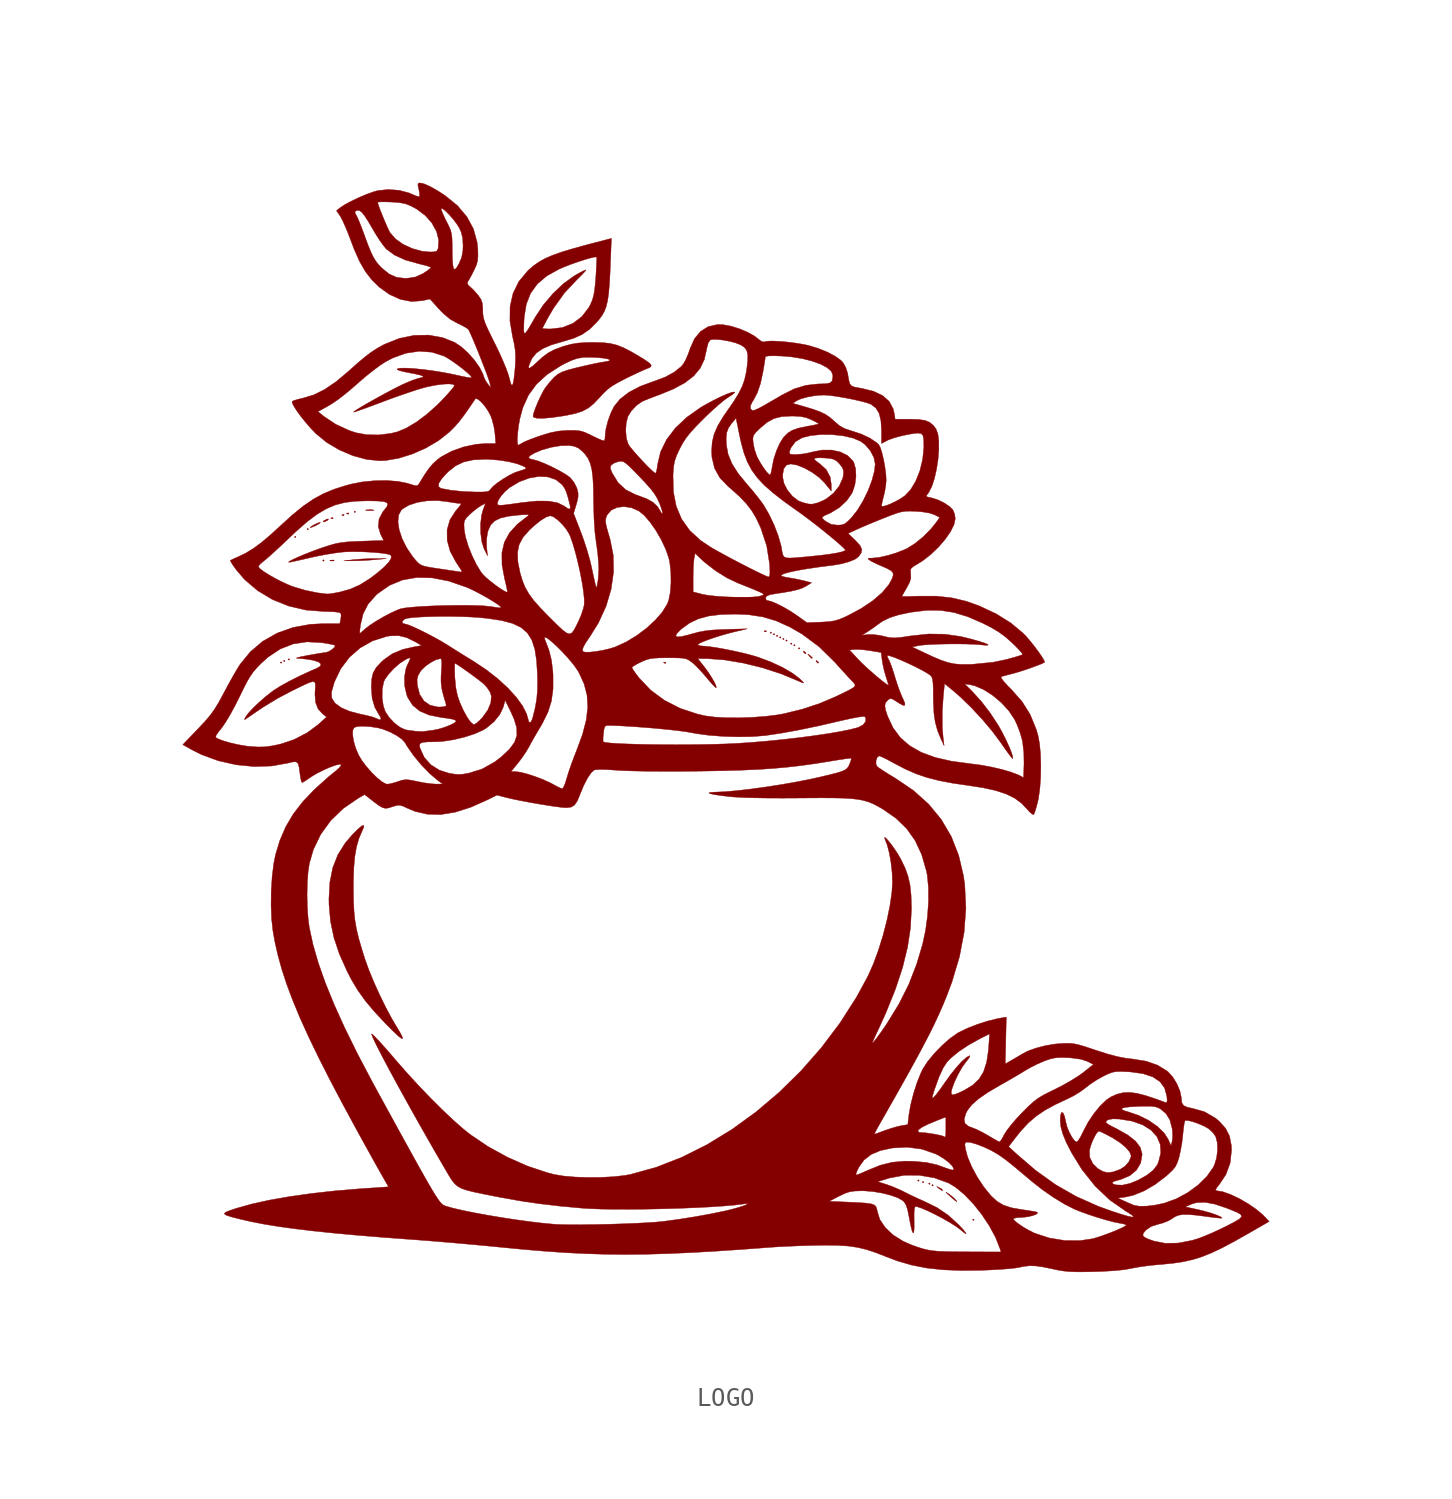
<source format=kicad_sym>
(kicad_symbol_lib
  (version 20220914)
  (generator "bitmap2component")
  (generator_version "9.0")
  (symbol "LOGO"
    (pin_names
      (offset 1.016))
    (property "Reference" "#G"
      (at 0 64.389 0)
      (effects (font (size 1.27 1.27)) hide))
    (symbol "LOGO_0_0"
      (polyline (pts (xy 22.14 -19.689) (xy 22.569 -19.675) (xy 23.226 -19.637) (xy 23.752 -19.584) (xy 24.13 -19.517) (xy 24.308 -19.479) (xy 24.702 -19.413) (xy 25.16 -19.354) (xy 25.612 -19.31) (xy 25.772 -19.298) (xy 26.393 -19.236) (xy 26.944 -19.154) (xy 27.454 -19.039) (xy 27.955 -18.883) (xy 28.475 -18.674) (xy 29.046 -18.402) (xy 29.697 -18.056) (xy 30.458 -17.626) (xy 31.579 -16.982) (xy 31.305 -16.695) (xy 31.236 -16.627) (xy 30.875 -16.321) (xy 30.439 -16.023) (xy 29.971 -15.752) (xy 29.508 -15.532) (xy 29.091 -15.383) (xy 28.76 -15.326) (xy 28.721 -15.323) (xy 28.688 -15.278) (xy 28.748 -15.162) (xy 28.914 -14.948) (xy 29.245 -14.45) (xy 29.473 -13.83) (xy 29.547 -13.143) (xy 29.537 -12.884) (xy 29.44 -12.38) (xy 29.225 -11.956) (xy 28.874 -11.569) (xy 28.674 -11.404) (xy 28.089 -11.064) (xy 27.432 -10.879) (xy 27.175 -10.827) (xy 26.966 -10.733) (xy 26.865 -10.579) (xy 26.839 -10.335) (xy 26.838 -10.294) (xy 26.765 -9.947) (xy 26.602 -9.56) (xy 26.381 -9.197) (xy 26.134 -8.921) (xy 26.064 -8.863) (xy 25.552 -8.549) (xy 24.938 -8.336) (xy 24.199 -8.218) (xy 23.857 -8.178) (xy 23.386 -8.088) (xy 22.858 -7.947) (xy 22.225 -7.745) (xy 22.003 -7.67) (xy 21.596 -7.536) (xy 21.29 -7.447) (xy 21.045 -7.395) (xy 20.82 -7.373) (xy 20.575 -7.374) (xy 20.269 -7.39) (xy 20.004 -7.415) (xy 19.498 -7.502) (xy 19.001 -7.631) (xy 18.565 -7.787) (xy 18.246 -7.955) (xy 18.18 -7.997) (xy 17.995 -8.107) (xy 17.753 -8.248) (xy 17.344 -8.481) (xy 17.372 -7.219) (xy 17.399 -5.957) (xy 16.976 -6.033) (xy 16.919 -6.043) (xy 16.392 -6.173) (xy 15.818 -6.358) (xy 15.269 -6.574) (xy 14.817 -6.795) (xy 14.78 -6.816) (xy 14.373 -7.103) (xy 13.936 -7.487) (xy 13.514 -7.922) (xy 13.152 -8.363) (xy 12.893 -8.765) (xy 12.796 -8.965) (xy 12.583 -9.499) (xy 12.389 -10.104) (xy 12.332 -10.333) (xy 13.403 -10.333) (xy 13.414 -10.223) (xy 13.529 -9.856) (xy 13.764 -9.2) (xy 13.99 -8.706) (xy 14.207 -8.376) (xy 14.39 -8.184) (xy 14.822 -7.827) (xy 15.363 -7.465) (xy 15.974 -7.126) (xy 16.497 -6.862) (xy 16.454 -7.516) (xy 16.434 -7.762) (xy 16.338 -8.396) (xy 16.175 -8.901) (xy 15.93 -9.303) (xy 15.59 -9.628) (xy 15.141 -9.9) (xy 14.871 -10.03) (xy 14.62 -10.131) (xy 14.479 -10.147) (xy 14.426 -10.079) (xy 14.443 -9.927) (xy 14.47 -9.824) (xy 14.608 -9.449) (xy 14.805 -9.034) (xy 15.026 -8.648) (xy 15.236 -8.357) (xy 15.332 -8.242) (xy 15.429 -8.099) (xy 15.433 -8.043) (xy 15.407 -8.047) (xy 15.236 -8.142) (xy 14.999 -8.355) (xy 14.717 -8.662) (xy 14.41 -9.043) (xy 14.099 -9.474) (xy 13.862 -9.813) (xy 13.629 -10.125) (xy 13.475 -10.299) (xy 13.403 -10.333) (xy 12.332 -10.333) (xy 12.236 -10.709) (xy 12.145 -11.247) (xy 12.087 -11.757) (xy 11.737 -11.815) (xy 11.524 -11.862) (xy 11.189 -11.959) (xy 10.848 -12.075) (xy 10.844 -12.076) (xy 10.819 -12.086) (xy 12.634 -12.086) (xy 12.668 -12.032) (xy 12.852 -11.899) (xy 13.193 -11.729) (xy 13.695 -11.521) (xy 14.139 -11.348) (xy 14.139 -11.486) (xy 15.124 -11.486) (xy 15.207 -11.178) (xy 15.306 -10.983) (xy 15.547 -10.679) (xy 15.909 -10.362) (xy 16.405 -10.019) (xy 17.049 -9.639) (xy 17.424 -9.428) (xy 17.83 -9.194) (xy 18.185 -8.984) (xy 18.441 -8.827) (xy 18.695 -8.68) (xy 19.083 -8.485) (xy 19.457 -8.325) (xy 19.472 -8.319) (xy 19.786 -8.211) (xy 20.056 -8.154) (xy 20.352 -8.136) (xy 20.746 -8.15) (xy 20.913 -8.161) (xy 21.427 -8.232) (xy 21.783 -8.351) (xy 22.098 -8.513) (xy 21.538 -8.957) (xy 21.283 -9.14) (xy 20.886 -9.389) (xy 20.439 -9.642) (xy 19.998 -9.867) (xy 19.791 -9.966) (xy 19.416 -10.156) (xy 19.124 -10.331) (xy 18.865 -10.526) (xy 18.59 -10.775) (xy 18.251 -11.114) (xy 17.941 -11.445) (xy 17.653 -11.781) (xy 17.425 -12.079) (xy 17.287 -12.298) (xy 17.207 -12.452) (xy 17.099 -12.627) (xy 17.033 -12.692) (xy 17.026 -12.69) (xy 16.91 -12.632) (xy 16.696 -12.512) (xy 16.425 -12.351) (xy 16.42 -12.348) (xy 16.1 -12.169) (xy 15.789 -12.015) (xy 15.553 -11.921) (xy 15.371 -11.854) (xy 15.175 -11.703) (xy 15.124 -11.486) (xy 14.139 -11.486) (xy 14.139 -11.897) (xy 14.139 -11.95) (xy 14.135 -12.239) (xy 14.121 -12.392) (xy 14.091 -12.436) (xy 14.038 -12.401) (xy 13.992 -12.379) (xy 13.81 -12.33) (xy 13.546 -12.276) (xy 13.253 -12.228) (xy 12.986 -12.194) (xy 12.799 -12.184) (xy 12.676 -12.167) (xy 12.634 -12.086) (xy 10.819 -12.086) (xy 10.571 -12.177) (xy 10.369 -12.249) (xy 10.281 -12.277) (xy 10.28 -12.275) (xy 10.315 -12.193) (xy 10.413 -12.005) (xy 10.556 -11.748) (xy 11.026 -10.924) (xy 11.572 -9.961) (xy 12.046 -9.117) (xy 12.455 -8.376) (xy 12.807 -7.725) (xy 13.111 -7.146) (xy 13.375 -6.627) (xy 13.605 -6.151) (xy 13.811 -5.702) (xy 14 -5.267) (xy 14.18 -4.83) (xy 14.467 -4.066) (xy 14.875 -2.698) (xy 15.125 -1.376) (xy 15.22 -0.095) (xy 15.16 1.154) (xy 15.091 1.656) (xy 14.831 2.765) (xy 14.434 3.777) (xy 13.895 4.696) (xy 13.215 5.524) (xy 12.389 6.265) (xy 11.417 6.923) (xy 11.41 6.927) (xy 11.055 7.141) (xy 10.751 7.334) (xy 10.528 7.484) (xy 10.42 7.571) (xy 10.37 7.698) (xy 10.376 7.889) (xy 10.438 8.056) (xy 10.541 8.128) (xy 10.582 8.119) (xy 10.756 8.045) (xy 11.018 7.914) (xy 11.329 7.746) (xy 11.399 7.707) (xy 11.981 7.404) (xy 12.544 7.16) (xy 13.127 6.961) (xy 13.767 6.798) (xy 14.501 6.658) (xy 15.367 6.531) (xy 16.136 6.413) (xy 16.823 6.262) (xy 17.385 6.078) (xy 17.844 5.853) (xy 18.221 5.575) (xy 18.541 5.238) (xy 18.651 5.112) (xy 18.796 4.987) (xy 18.88 4.967) (xy 18.886 4.976) (xy 18.941 5.113) (xy 19.017 5.361) (xy 19.099 5.673) (xy 19.136 5.847) (xy 19.209 6.371) (xy 19.251 6.977) (xy 19.262 7.615) (xy 19.243 8.237) (xy 19.192 8.791) (xy 19.111 9.229) (xy 19.006 9.583) (xy 18.683 10.368) (xy 18.249 11.061) (xy 17.678 11.706) (xy 17.477 11.908) (xy 17.249 12.16) (xy 17.125 12.329) (xy 17.119 12.401) (xy 17.239 12.436) (xy 17.476 12.499) (xy 17.773 12.575) (xy 17.804 12.583) (xy 18.086 12.665) (xy 18.424 12.774) (xy 18.775 12.896) (xy 19.094 13.014) (xy 19.339 13.113) (xy 19.465 13.178) (xy 19.468 13.182) (xy 19.436 13.28) (xy 19.321 13.474) (xy 19.144 13.731) (xy 18.928 14.022) (xy 18.695 14.315) (xy 18.467 14.579) (xy 18.308 14.743) (xy 17.65 15.295) (xy 16.851 15.793) (xy 15.93 16.225) (xy 15.234 16.472) (xy 14.444 16.658) (xy 13.614 16.747) (xy 12.688 16.747) (xy 12.375 16.735) (xy 12.061 16.727) (xy 11.848 16.727) (xy 11.769 16.733) (xy 11.798 16.793) (xy 11.893 16.964) (xy 12.031 17.201) (xy 12.035 17.208) (xy 12.188 17.501) (xy 12.252 17.727) (xy 12.245 17.947) (xy 12.226 18.117) (xy 12.261 18.237) (xy 12.381 18.344) (xy 12.619 18.485) (xy 12.899 18.661) (xy 13.335 19.001) (xy 13.745 19.393) (xy 14.104 19.811) (xy 14.39 20.224) (xy 14.579 20.605) (xy 14.647 20.926) (xy 14.609 21.183) (xy 14.516 21.401) (xy 14.341 21.579) (xy 14.038 21.782) (xy 13.686 21.951) (xy 13.348 22.052) (xy 13.301 22.06) (xy 13.125 22.103) (xy 13.084 22.157) (xy 13.15 22.252) (xy 13.213 22.332) (xy 13.378 22.654) (xy 13.521 23.082) (xy 13.634 23.578) (xy 13.715 24.105) (xy 13.758 24.626) (xy 13.758 25.1) (xy 13.71 25.492) (xy 13.609 25.762) (xy 13.477 25.94) (xy 13.279 26.114) (xy 13.025 26.221) (xy 12.679 26.274) (xy 12.203 26.289) (xy 11.402 26.289) (xy 11.368 26.543) (xy 11.298 26.85) (xy 11.082 27.25) (xy 10.73 27.563) (xy 10.237 27.796) (xy 9.597 27.953) (xy 9.495 27.97) (xy 9.218 28.021) (xy 9.05 28.086) (xy 8.956 28.203) (xy 8.9 28.41) (xy 8.845 28.744) (xy 8.84 28.776) (xy 8.741 29.078) (xy 8.594 29.343) (xy 8.476 29.467) (xy 8.162 29.691) (xy 7.741 29.912) (xy 7.251 30.11) (xy 6.731 30.267) (xy 6.495 30.318) (xy 6.087 30.388) (xy 5.649 30.445) (xy 5.222 30.484) (xy 4.843 30.504) (xy 4.552 30.501) (xy 4.389 30.471) (xy 4.346 30.454) (xy 4.194 30.483) (xy 3.988 30.641) (xy 3.818 30.773) (xy 3.447 30.981) (xy 3 31.169) (xy 2.536 31.312) (xy 2.112 31.388) (xy 1.81 31.393) (xy 1.32 31.281) (xy 0.906 31.022) (xy 0.577 30.623) (xy 0.342 30.091) (xy 0.242 29.803) (xy 0.109 29.494) (xy -0.013 29.277) (xy -0.143 29.123) (xy -0.513 28.826) (xy -1 28.56) (xy -1.566 28.348) (xy -1.603 28.337) (xy -2.343 28.064) (xy -2.959 27.74) (xy -3.435 27.373) (xy -3.759 26.973) (xy -3.932 26.618) (xy -4.085 26.195) (xy -4.193 25.78) (xy -4.206 25.673) (xy -3.128 25.673) (xy -3.101 26.083) (xy -3.013 26.427) (xy -2.84 26.715) (xy -2.557 27.022) (xy -2.244 27.244) (xy -2.154 27.284) (xy -1.919 27.379) (xy -1.596 27.504) (xy -1.228 27.642) (xy -0.552 27.92) (xy 0.065 28.254) (xy 0.539 28.62) (xy 0.883 29.032) (xy 1.11 29.504) (xy 1.234 30.048) (xy 1.244 30.114) (xy 1.323 30.414) (xy 1.438 30.564) (xy 1.524 30.588) (xy 1.772 30.594) (xy 2.102 30.56) (xy 2.461 30.494) (xy 2.8 30.405) (xy 3.068 30.3) (xy 3.269 30.17) (xy 3.396 30.004) (xy 3.454 29.77) (xy 3.452 29.436) (xy 3.397 28.971) (xy 3.373 28.819) (xy 3.286 28.429) (xy 3.155 28.06) (xy 2.962 27.674) (xy 2.692 27.234) (xy 2.424 26.848) (xy 3.601 26.848) (xy 3.602 27.022) (xy 3.708 27.238) (xy 3.76 27.314) (xy 3.973 27.719) (xy 4.142 28.221) (xy 4.278 28.856) (xy 4.299 28.98) (xy 4.352 29.298) (xy 4.389 29.538) (xy 4.403 29.655) (xy 4.418 29.674) (xy 4.57 29.702) (xy 4.872 29.709) (xy 5.313 29.694) (xy 5.808 29.652) (xy 6.397 29.557) (xy 6.929 29.423) (xy 7.383 29.258) (xy 7.735 29.072) (xy 7.962 28.871) (xy 8.043 28.666) (xy 8.042 28.57) (xy 8.01 28.369) (xy 7.912 28.256) (xy 7.712 28.205) (xy 7.378 28.193) (xy 7.256 28.191) (xy 6.59 28.117) (xy 5.957 27.924) (xy 5.302 27.594) (xy 5.278 27.58) (xy 4.922 27.371) (xy 4.563 27.163) (xy 4.534 27.146) (xy 5.884 27.146) (xy 6.118 27.299) (xy 6.125 27.304) (xy 6.332 27.392) (xy 6.641 27.478) (xy 6.986 27.544) (xy 7.019 27.549) (xy 7.309 27.582) (xy 7.574 27.591) (xy 7.863 27.572) (xy 8.223 27.523) (xy 8.7 27.442) (xy 8.721 27.438) (xy 9.157 27.352) (xy 9.556 27.261) (xy 9.874 27.176) (xy 10.069 27.107) (xy 10.098 27.093) (xy 10.362 26.895) (xy 10.539 26.609) (xy 10.637 26.211) (xy 10.668 25.678) (xy 10.668 24.979) (xy 10.998 25.152) (xy 11.049 25.176) (xy 11.323 25.275) (xy 11.683 25.376) (xy 12.065 25.459) (xy 12.301 25.501) (xy 12.613 25.541) (xy 12.805 25.517) (xy 12.906 25.41) (xy 12.945 25.199) (xy 12.953 24.866) (xy 12.951 24.756) (xy 12.887 24.123) (xy 12.738 23.509) (xy 12.516 22.951) (xy 12.236 22.485) (xy 11.914 22.148) (xy 11.703 22.006) (xy 11.431 21.854) (xy 11.154 21.722) (xy 10.909 21.627) (xy 10.735 21.585) (xy 10.669 21.612) (xy 10.68 21.695) (xy 10.726 21.909) (xy 10.795 22.183) (xy 10.838 22.362) (xy 10.897 22.705) (xy 10.921 22.987) (xy 10.905 23.302) (xy 10.856 23.691) (xy 10.784 24.092) (xy 10.698 24.459) (xy 10.607 24.748) (xy 10.522 24.913) (xy 10.402 25.027) (xy 10.044 25.267) (xy 9.587 25.484) (xy 9.079 25.652) (xy 9.045 25.661) (xy 8.68 25.782) (xy 8.397 25.941) (xy 8.117 26.183) (xy 8.101 26.197) (xy 7.873 26.397) (xy 7.63 26.558) (xy 7.335 26.698) (xy 6.949 26.836) (xy 6.435 26.989) (xy 5.884 27.146) (xy 4.534 27.146) (xy 4.276 26.998) (xy 4.092 26.899) (xy 3.873 26.797) (xy 3.744 26.756) (xy 3.702 26.76) (xy 3.601 26.848) (xy 2.424 26.848) (xy 2.325 26.705) (xy 2.135 26.431) (xy 1.836 25.935) (xy 1.642 25.488) (xy 1.583 25.243) (xy 2.288 25.243) (xy 2.319 25.567) (xy 2.417 25.827) (xy 2.596 26.078) (xy 2.822 26.346) (xy 3.019 25.386) (xy 3.047 25.256) (xy 3.73 25.256) (xy 3.763 25.411) (xy 3.871 25.561) (xy 4.077 25.766) (xy 4.102 25.79) (xy 4.493 26.118) (xy 4.867 26.323) (xy 5.282 26.429) (xy 5.8 26.458) (xy 5.919 26.458) (xy 6.303 26.436) (xy 6.601 26.376) (xy 6.879 26.266) (xy 7.034 26.189) (xy 7.212 26.092) (xy 7.281 26.041) (xy 7.279 26.038) (xy 7.182 26.006) (xy 6.964 25.959) (xy 6.668 25.906) (xy 6.636 25.9) (xy 6.187 25.807) (xy 5.859 25.693) (xy 5.61 25.538) (xy 5.393 25.32) (xy 5.381 25.305) (xy 5.183 24.991) (xy 4.999 24.574) (xy 4.962 24.46) (xy 5.696 24.46) (xy 5.716 24.575) (xy 5.783 24.75) (xy 6.03 25.08) (xy 6.396 25.293) (xy 6.858 25.407) (xy 7.422 25.462) (xy 8.022 25.456) (xy 8.609 25.391) (xy 9.132 25.27) (xy 9.543 25.098) (xy 9.787 24.915) (xy 10.065 24.59) (xy 10.257 24.223) (xy 10.328 23.869) (xy 10.29 23.508) (xy 10.156 22.996) (xy 9.946 22.442) (xy 9.679 21.892) (xy 9.377 21.392) (xy 9.058 20.987) (xy 8.846 20.773) (xy 8.676 20.643) (xy 8.51 20.587) (xy 8.293 20.575) (xy 7.95 20.62) (xy 7.662 20.779) (xy 7.579 20.846) (xy 7.476 20.945) (xy 7.481 21.017) (xy 7.608 21.096) (xy 7.874 21.214) (xy 7.92 21.234) (xy 8.384 21.516) (xy 8.788 21.888) (xy 9.077 22.302) (xy 9.1 22.349) (xy 9.233 22.753) (xy 9.291 23.198) (xy 9.272 23.622) (xy 9.171 23.961) (xy 9.125 24.038) (xy 8.846 24.325) (xy 8.453 24.523) (xy 7.977 24.625) (xy 7.447 24.623) (xy 6.893 24.512) (xy 6.78 24.481) (xy 6.412 24.413) (xy 6.069 24.385) (xy 5.91 24.386) (xy 5.748 24.404) (xy 5.696 24.46) (xy 4.962 24.46) (xy 4.851 24.118) (xy 4.766 23.686) (xy 4.746 23.552) (xy 4.7 23.359) (xy 4.655 23.283) (xy 4.617 23.299) (xy 4.491 23.424) (xy 4.325 23.642) (xy 4.148 23.913) (xy 3.987 24.199) (xy 3.944 24.292) (xy 3.823 24.641) (xy 3.751 24.985) (xy 3.745 25.036) (xy 3.73 25.256) (xy 3.047 25.256) (xy 3.098 25.026) (xy 3.249 24.472) (xy 3.433 23.986) (xy 3.666 23.549) (xy 3.927 23.19) (xy 5.334 23.19) (xy 5.335 23.273) (xy 5.393 23.612) (xy 5.535 23.811) (xy 5.768 23.876) (xy 5.768 23.876) (xy 6.106 23.817) (xy 6.506 23.658) (xy 6.921 23.427) (xy 7.302 23.15) (xy 7.6 22.855) (xy 7.959 22.414) (xy 7.958 22.785) (xy 7.898 23.176) (xy 7.685 23.574) (xy 7.328 23.895) (xy 7.256 23.943) (xy 7.094 24.073) (xy 7.028 24.161) (xy 7.105 24.193) (xy 7.306 24.207) (xy 7.589 24.199) (xy 7.882 24.174) (xy 8.093 24.126) (xy 8.248 24.036) (xy 8.403 23.881) (xy 8.557 23.683) (xy 8.621 23.499) (xy 8.609 23.257) (xy 8.575 23.095) (xy 8.388 22.685) (xy 8.086 22.305) (xy 7.702 22.001) (xy 7.588 21.936) (xy 7.251 21.787) (xy 6.949 21.709) (xy 6.731 21.715) (xy 6.619 21.747) (xy 6.42 21.794) (xy 6.174 21.893) (xy 5.861 22.137) (xy 5.593 22.465) (xy 5.405 22.832) (xy 5.334 23.19) (xy 3.927 23.19) (xy 3.965 23.137) (xy 4.346 22.731) (xy 4.827 22.308) (xy 5.422 21.847) (xy 6.15 21.326) (xy 6.348 21.185) (xy 6.717 20.911) (xy 7.111 20.609) (xy 7.507 20.296) (xy 7.883 19.991) (xy 8.215 19.713) (xy 8.481 19.481) (xy 8.657 19.313) (xy 8.721 19.228) (xy 8.703 19.202) (xy 8.551 19.141) (xy 8.258 19.074) (xy 7.844 19.006) (xy 7.329 18.941) (xy 6.731 18.88) (xy 6.45 18.854) (xy 6.021 18.816) (xy 5.722 18.8) (xy 5.527 18.815) (xy 5.41 18.868) (xy 5.347 18.968) (xy 5.31 19.122) (xy 5.275 19.34) (xy 5.251 19.462) (xy 5.1 19.997) (xy 4.874 20.586) (xy 4.598 21.166) (xy 4.299 21.675) (xy 4.211 21.8) (xy 3.973 22.114) (xy 3.686 22.467) (xy 3.393 22.806) (xy 2.945 23.352) (xy 2.604 23.887) (xy 2.394 24.397) (xy 2.302 24.903) (xy 2.288 25.243) (xy 1.583 25.243) (xy 1.537 25.049) (xy 1.505 24.578) (xy 1.523 24.232) (xy 1.663 23.643) (xy 1.949 23.13) (xy 2.389 22.672) (xy 2.539 22.545) (xy 3.018 22.112) (xy 3.387 21.724) (xy 3.674 21.349) (xy 3.908 20.955) (xy 4.156 20.427) (xy 4.477 19.458) (xy 4.632 18.479) (xy 4.643 18.309) (xy 4.651 18.001) (xy 4.631 17.832) (xy 4.581 17.78) (xy 4.576 17.78) (xy 4.449 17.827) (xy 4.204 17.939) (xy 3.868 18.102) (xy 3.467 18.303) (xy 3.029 18.528) (xy 2.582 18.763) (xy 2.152 18.994) (xy 1.766 19.206) (xy 1.452 19.387) (xy 0.899 19.759) (xy 0.32 20.294) (xy -0.112 20.9) (xy -0.402 21.586) (xy -0.555 22.365) (xy -0.577 23.248) (xy -0.569 23.419) (xy -0.538 23.775) (xy -0.481 24.06) (xy -0.38 24.342) (xy -0.216 24.692) (xy -0.193 24.739) (xy -0.036 25.028) (xy 0.14 25.295) (xy 0.362 25.572) (xy 0.657 25.894) (xy 1.052 26.295) (xy 1.202 26.443) (xy 1.563 26.783) (xy 1.904 27.087) (xy 2.193 27.325) (xy 2.397 27.47) (xy 2.562 27.573) (xy 2.716 27.688) (xy 2.757 27.751) (xy 2.744 27.758) (xy 2.603 27.742) (xy 2.348 27.653) (xy 2.003 27.502) (xy 1.595 27.3) (xy 1.148 27.058) (xy 0.897 26.91) (xy 0.154 26.383) (xy -0.457 25.804) (xy -0.926 25.185) (xy -1.245 24.537) (xy -1.404 23.872) (xy -1.436 23.644) (xy -1.478 23.445) (xy -1.516 23.368) (xy -1.589 23.411) (xy -1.753 23.557) (xy -1.976 23.776) (xy -2.23 24.041) (xy -2.486 24.32) (xy -2.718 24.585) (xy -2.898 24.805) (xy -2.997 24.951) (xy -2.998 24.953) (xy -3.093 25.271) (xy -3.128 25.673) (xy -4.206 25.673) (xy -4.233 25.441) (xy -4.233 25.436) (xy -4.247 25.237) (xy -4.28 25.128) (xy -4.291 25.124) (xy -4.416 25.157) (xy -4.641 25.251) (xy -4.927 25.389) (xy -5.053 25.453) (xy -5.341 25.585) (xy -5.583 25.656) (xy -5.849 25.684) (xy -6.213 25.686) (xy -6.345 25.682) (xy -6.775 25.645) (xy -7.203 25.558) (xy -7.705 25.406) (xy -7.916 25.333) (xy -8.261 25.205) (xy -8.537 25.093) (xy -8.697 25.014) (xy -8.832 24.933) (xy -8.929 24.892) (xy -8.944 24.9) (xy -8.972 25.022) (xy -8.973 25.262) (xy -8.95 25.581) (xy -8.905 25.942) (xy -8.841 26.308) (xy -8.68 26.905) (xy -8.373 27.586) (xy -7.941 28.177) (xy -7.372 28.696) (xy -6.652 29.162) (xy -6.466 29.263) (xy -6.07 29.454) (xy -5.747 29.567) (xy -5.451 29.617) (xy -5.321 29.625) (xy -5.001 29.628) (xy -4.672 29.614) (xy -4.371 29.586) (xy -4.133 29.548) (xy -3.993 29.504) (xy -3.987 29.457) (xy -4.072 29.419) (xy -4.276 29.382) (xy -4.296 29.381) (xy -4.471 29.354) (xy -4.767 29.295) (xy -5.147 29.213) (xy -5.575 29.114) (xy -5.831 29.053) (xy -6.244 28.945) (xy -6.549 28.84) (xy -6.785 28.716) (xy -6.989 28.549) (xy -7.2 28.316) (xy -7.456 27.995) (xy -7.571 27.814) (xy -7.715 27.534) (xy -7.864 27.209) (xy -7.997 26.888) (xy -8.092 26.618) (xy -8.128 26.45) (xy -8.099 26.395) (xy -7.924 26.343) (xy -7.598 26.336) (xy -7.13 26.376) (xy -6.525 26.462) (xy -6.366 26.488) (xy -5.859 26.593) (xy -5.466 26.721) (xy -5.143 26.894) (xy -4.848 27.134) (xy -4.536 27.463) (xy -4.364 27.654) (xy -4.129 27.88) (xy -3.879 28.07) (xy -3.565 28.258) (xy -3.142 28.478) (xy -2.809 28.641) (xy -2.446 28.813) (xy -2.148 28.948) (xy -1.958 29.025) (xy -1.889 29.051) (xy -1.769 29.121) (xy -1.754 29.206) (xy -1.854 29.321) (xy -2.081 29.483) (xy -2.447 29.707) (xy -2.79 29.907) (xy -3.224 30.134) (xy -3.601 30.285) (xy -3.969 30.376) (xy -4.375 30.42) (xy -4.868 30.432) (xy -5.291 30.425) (xy -5.705 30.396) (xy -6.065 30.336) (xy -6.434 30.236) (xy -6.569 30.193) (xy -6.971 30.043) (xy -7.301 29.87) (xy -7.617 29.636) (xy -7.98 29.306) (xy -8.135 29.164) (xy -8.302 29.045) (xy -8.37 29.062) (xy -8.339 29.216) (xy -8.211 29.509) (xy -8.169 29.589) (xy -7.944 29.862) (xy -7.607 30.094) (xy -7.138 30.296) (xy -6.519 30.479) (xy -6.498 30.485) (xy -5.923 30.659) (xy -5.467 30.866) (xy -5.081 31.136) (xy -4.717 31.494) (xy -4.572 31.661) (xy -4.41 31.877) (xy -4.281 32.103) (xy -4.182 32.361) (xy -4.107 32.674) (xy -4.05 33.065) (xy -4.008 33.556) (xy -3.973 34.171) (xy -3.942 34.933) (xy -3.901 36.041) (xy -4.953 35.767) (xy -5.387 35.652) (xy -6.083 35.458) (xy -6.65 35.284) (xy -7.109 35.118) (xy -7.485 34.952) (xy -7.801 34.776) (xy -8.079 34.581) (xy -8.345 34.355) (xy -8.425 34.279) (xy -8.891 33.716) (xy -9.204 33.08) (xy -9.365 32.371) (xy -9.373 31.588) (xy -9.313 31.237) (xy -8.626 31.237) (xy -8.615 31.581) (xy -8.603 31.795) (xy -8.489 32.495) (xy -8.256 33.086) (xy -7.893 33.586) (xy -7.389 34.012) (xy -6.731 34.38) (xy -6.436 34.507) (xy -6.077 34.646) (xy -5.698 34.779) (xy -5.335 34.897) (xy -5.024 34.986) (xy -4.799 35.036) (xy -4.697 35.036) (xy -4.696 35.034) (xy -4.691 34.933) (xy -4.698 34.698) (xy -4.715 34.364) (xy -4.74 33.963) (xy -4.764 33.654) (xy -4.806 33.252) (xy -4.86 32.948) (xy -4.934 32.7) (xy -5.037 32.464) (xy -5.117 32.312) (xy -5.492 31.824) (xy -5.971 31.461) (xy -6.536 31.235) (xy -7.169 31.157) (xy -7.347 31.16) (xy -7.543 31.171) (xy -7.62 31.188) (xy -7.618 31.196) (xy -7.562 31.31) (xy -7.45 31.525) (xy -7.299 31.803) (xy -7.014 32.288) (xy -6.437 33.093) (xy -5.764 33.813) (xy -5.667 33.906) (xy -5.455 34.119) (xy -5.314 34.273) (xy -5.271 34.34) (xy -5.276 34.342) (xy -5.378 34.305) (xy -5.581 34.203) (xy -5.847 34.055) (xy -5.91 34.017) (xy -6.486 33.6) (xy -7.053 33.064) (xy -7.571 32.452) (xy -8.001 31.805) (xy -8.227 31.41) (xy -8.408 31.108) (xy -8.526 30.945) (xy -8.594 30.914) (xy -8.623 31.013) (xy -8.626 31.237) (xy -9.313 31.237) (xy -9.228 30.732) (xy -9.146 30.376) (xy -9.085 29.993) (xy -9.068 29.62) (xy -9.086 29.174) (xy -9.098 29.016) (xy -9.133 28.659) (xy -9.172 28.37) (xy -9.21 28.199) (xy -9.252 28.118) (xy -9.295 28.138) (xy -9.348 28.282) (xy -9.424 28.573) (xy -9.462 28.702) (xy -9.585 29.04) (xy -9.761 29.464) (xy -9.972 29.932) (xy -10.201 30.404) (xy -10.269 30.539) (xy -10.489 30.984) (xy -10.645 31.317) (xy -10.746 31.571) (xy -10.804 31.776) (xy -10.831 31.962) (xy -10.837 32.161) (xy -10.838 32.255) (xy -10.862 32.54) (xy -10.935 32.752) (xy -11.082 32.966) (xy -11.142 33.039) (xy -11.347 33.267) (xy -11.527 33.438) (xy -11.616 33.518) (xy -11.675 33.63) (xy -11.618 33.756) (xy -11.556 33.856) (xy -11.43 34.085) (xy -11.292 34.359) (xy -11.188 34.592) (xy -11.12 34.828) (xy -11.097 35.094) (xy -11.105 35.46) (xy -11.143 35.831) (xy -11.339 36.547) (xy -11.694 37.208) (xy -12.204 37.81) (xy -12.869 38.35) (xy -13.267 38.608) (xy -13.667 38.834) (xy -13.991 38.98) (xy -14.212 39.031) (xy -14.241 39.031) (xy -14.323 39.005) (xy -14.336 38.906) (xy -14.289 38.69) (xy -14.27 38.608) (xy -14.239 38.404) (xy -14.251 38.299) (xy -14.295 38.294) (xy -14.457 38.339) (xy -14.687 38.437) (xy -14.831 38.499) (xy -15.358 38.636) (xy -15.94 38.678) (xy -16.507 38.617) (xy -16.729 38.555) (xy -17.105 38.419) (xy -17.524 38.242) (xy -17.935 38.047) (xy -18.04 37.991) (xy -16.51 37.991) (xy -16.494 37.999) (xy -16.352 38.011) (xy -16.096 38.012) (xy -15.765 38.001) (xy -15.669 37.996) (xy -15.304 37.966) (xy -15.028 37.913) (xy -14.776 37.82) (xy -14.481 37.669) (xy -14.465 37.66) (xy -13.084 37.66) (xy -13.082 37.661) (xy -12.991 37.636) (xy -12.831 37.507) (xy -12.632 37.306) (xy -12.424 37.065) (xy -12.236 36.816) (xy -12.098 36.592) (xy -12.002 36.376) (xy -11.921 36.05) (xy -11.9 35.645) (xy -11.911 35.37) (xy -11.977 35.017) (xy -12.119 34.679) (xy -12.123 34.673) (xy -12.249 34.457) (xy -12.343 34.367) (xy -12.41 34.41) (xy -12.453 34.596) (xy -12.476 34.934) (xy -12.485 35.432) (xy -12.486 35.685) (xy -12.495 36.026) (xy -12.522 36.276) (xy -12.576 36.486) (xy -12.669 36.707) (xy -12.811 36.988) (xy -12.862 37.089) (xy -12.991 37.365) (xy -13.07 37.568) (xy -13.084 37.66) (xy -14.465 37.66) (xy -14.39 37.616) (xy -13.938 37.276) (xy -13.58 36.867) (xy -13.333 36.419) (xy -13.215 35.961) (xy -13.242 35.523) (xy -13.257 35.468) (xy -13.319 35.362) (xy -13.449 35.317) (xy -13.697 35.309) (xy -14.114 35.349) (xy -14.642 35.494) (xy -15.136 35.724) (xy -15.55 36.018) (xy -15.84 36.353) (xy -15.9 36.466) (xy -16.012 36.707) (xy -16.144 37.012) (xy -16.277 37.336) (xy -16.395 37.636) (xy -16.478 37.869) (xy -16.51 37.991) (xy -18.04 37.991) (xy -18.287 37.858) (xy -18.529 37.698) (xy -18.727 37.537) (xy -18.689 37.483) (xy -17.736 37.483) (xy -17.64 37.543) (xy -17.605 37.553) (xy -17.494 37.545) (xy -17.369 37.456) (xy -17.217 37.27) (xy -17.021 36.969) (xy -16.766 36.534) (xy -16.649 36.334) (xy -16.428 35.985) (xy -16.222 35.689) (xy -16.062 35.493) (xy -16.029 35.46) (xy -15.598 35.142) (xy -15.014 34.877) (xy -14.287 34.672) (xy -14.2 34.652) (xy -13.911 34.579) (xy -13.708 34.515) (xy -13.632 34.472) (xy -13.666 34.428) (xy -13.809 34.314) (xy -14.027 34.167) (xy -14.071 34.14) (xy -14.461 33.961) (xy -14.894 33.891) (xy -15.036 33.887) (xy -15.485 33.941) (xy -15.885 34.12) (xy -16.284 34.443) (xy -16.42 34.581) (xy -16.584 34.78) (xy -16.731 35.014) (xy -16.876 35.313) (xy -17.037 35.71) (xy -17.231 36.237) (xy -17.341 36.535) (xy -17.476 36.883) (xy -17.591 37.154) (xy -17.668 37.306) (xy -17.714 37.382) (xy -17.736 37.483) (xy -18.689 37.483) (xy -18.523 37.237) (xy -18.505 37.21) (xy -18.392 36.99) (xy -18.243 36.659) (xy -18.078 36.256) (xy -17.913 35.821) (xy -17.773 35.454) (xy -17.482 34.798) (xy -17.173 34.261) (xy -16.825 33.81) (xy -16.418 33.412) (xy -15.874 33.021) (xy -15.278 32.751) (xy -14.678 32.636) (xy -14.092 32.682) (xy -13.687 32.773) (xy -13.2 32.234) (xy -12.968 31.993) (xy -12.599 31.686) (xy -12.209 31.468) (xy -11.961 31.349) (xy -11.736 31.224) (xy -11.617 31.136) (xy -11.602 31.114) (xy -11.522 30.952) (xy -11.399 30.675) (xy -11.247 30.314) (xy -11.079 29.903) (xy -10.909 29.475) (xy -10.748 29.061) (xy -10.61 28.695) (xy -10.509 28.409) (xy -10.457 28.236) (xy -10.401 27.982) (xy -10.572 28.194) (xy -10.704 28.395) (xy -10.797 28.617) (xy -10.832 28.73) (xy -11.018 29.094) (xy -11.299 29.489) (xy -11.641 29.872) (xy -12.008 30.203) (xy -12.363 30.438) (xy -13.014 30.694) (xy -13.768 30.826) (xy -14.554 30.809) (xy -15.348 30.645) (xy -16.125 30.334) (xy -16.228 30.282) (xy -16.558 30.097) (xy -16.875 29.889) (xy -17.211 29.633) (xy -17.6 29.305) (xy -18.074 28.88) (xy -18.082 28.873) (xy -18.747 28.314) (xy -19.362 27.895) (xy -19.949 27.604) (xy -20.532 27.427) (xy -20.767 27.373) (xy -20.997 27.306) (xy -21.115 27.255) (xy -21.12 27.191) (xy -21.041 27.015) (xy -20.882 26.762) (xy -20.837 26.7) (xy -19.729 26.7) (xy -19.301 26.933) (xy -19.267 26.952) (xy -18.962 27.133) (xy -18.65 27.346) (xy -18.303 27.612) (xy -17.893 27.953) (xy -17.391 28.392) (xy -17.141 28.606) (xy -16.757 28.913) (xy -16.389 29.186) (xy -16.09 29.383) (xy -15.691 29.593) (xy -14.978 29.849) (xy -14.269 29.953) (xy -13.584 29.904) (xy -12.942 29.699) (xy -12.771 29.608) (xy -12.502 29.436) (xy -12.206 29.226) (xy -11.917 29.005) (xy -11.669 28.798) (xy -11.495 28.632) (xy -11.43 28.531) (xy -11.47 28.523) (xy -11.642 28.542) (xy -11.92 28.593) (xy -12.269 28.67) (xy -12.634 28.749) (xy -13.123 28.839) (xy -13.624 28.915) (xy -14.112 28.977) (xy -14.562 29.02) (xy -14.947 29.044) (xy -15.242 29.045) (xy -15.422 29.021) (xy -15.46 28.97) (xy -15.456 28.965) (xy -15.338 28.915) (xy -15.104 28.853) (xy -14.799 28.791) (xy -14.501 28.735) (xy -14.197 28.664) (xy -14.054 28.604) (xy -14.069 28.554) (xy -14.236 28.511) (xy -14.268 28.505) (xy -14.503 28.434) (xy -14.819 28.313) (xy -15.155 28.165) (xy -15.209 28.139) (xy -15.521 27.983) (xy -15.887 27.792) (xy -16.28 27.58) (xy -16.676 27.362) (xy -17.05 27.151) (xy -17.375 26.962) (xy -17.626 26.809) (xy -17.779 26.707) (xy -17.808 26.67) (xy -17.706 26.697) (xy -17.472 26.776) (xy -17.133 26.897) (xy -16.715 27.05) (xy -16.245 27.227) (xy -15.868 27.368) (xy -15.325 27.563) (xy -14.805 27.741) (xy -14.354 27.889) (xy -14.015 27.989) (xy -13.749 28.054) (xy -13.335 28.133) (xy -12.957 28.18) (xy -12.647 28.193) (xy -12.438 28.169) (xy -12.361 28.107) (xy -12.415 28.017) (xy -12.565 27.833) (xy -12.788 27.581) (xy -13.06 27.29) (xy -13.295 27.053) (xy -13.855 26.554) (xy -14.42 26.132) (xy -14.96 25.81) (xy -15.441 25.609) (xy -15.806 25.52) (xy -16.459 25.441) (xy -17.104 25.453) (xy -17.674 25.558) (xy -18.032 25.677) (xy -18.763 26.012) (xy -19.389 26.427) (xy -19.729 26.7) (xy -20.837 26.7) (xy -20.662 26.457) (xy -20.4 26.129) (xy -20.116 25.803) (xy -19.831 25.506) (xy -19.255 25.036) (xy -18.577 24.635) (xy -17.845 24.323) (xy -17.105 24.121) (xy -16.401 24.047) (xy -16.078 24.061) (xy -15.368 24.184) (xy -14.626 24.416) (xy -13.896 24.739) (xy -13.225 25.135) (xy -12.656 25.584) (xy -12.527 25.707) (xy -12.306 25.935) (xy -12.092 26.186) (xy -11.859 26.491) (xy -11.584 26.88) (xy -11.243 27.383) (xy -11.208 27.405) (xy -11.084 27.358) (xy -10.914 27.21) (xy -10.726 26.992) (xy -10.549 26.735) (xy -10.408 26.468) (xy -10.336 26.269) (xy -10.236 25.881) (xy -10.179 25.506) (xy -10.137 24.977) (xy -10.672 24.977) (xy -11.183 24.939) (xy -11.857 24.798) (xy -12.504 24.569) (xy -13.057 24.274) (xy -13.132 24.22) (xy -8.366 24.22) (xy -8.294 24.321) (xy -8.059 24.46) (xy -7.665 24.626) (xy -7.152 24.773) (xy -6.64 24.86) (xy -6.199 24.872) (xy -5.921 24.833) (xy -5.686 24.737) (xy -5.46 24.553) (xy -5.327 24.412) (xy -5.163 24.184) (xy -5.042 23.916) (xy -4.996 23.736) (xy -3.955 23.736) (xy -3.887 23.835) (xy -3.725 23.936) (xy -3.497 24.011) (xy -3.475 24.015) (xy -3.366 24.024) (xy -3.259 23.998) (xy -3.13 23.919) (xy -2.957 23.769) (xy -2.714 23.531) (xy -2.379 23.187) (xy -2.083 22.875) (xy -1.792 22.548) (xy -1.583 22.276) (xy -1.431 22.028) (xy -1.312 21.77) (xy -1.308 21.76) (xy -1.199 21.467) (xy -1.145 21.269) (xy -1.144 21.182) (xy -1.197 21.222) (xy -1.305 21.406) (xy -1.413 21.576) (xy -1.654 21.807) (xy -2.008 22.004) (xy -2.501 22.186) (xy -2.589 22.216) (xy -3.123 22.483) (xy -3.543 22.872) (xy -3.861 23.393) (xy -3.948 23.608) (xy -3.955 23.736) (xy -4.996 23.736) (xy -4.957 23.582) (xy -4.902 23.157) (xy -4.873 22.614) (xy -4.862 21.929) (xy -4.861 21.794) (xy -4.838 20.941) (xy -4.789 20.201) (xy -4.714 19.6) (xy -4.686 19.418) (xy -4.63 18.968) (xy -4.593 18.539) (xy -4.582 18.203) (xy -4.593 17.934) (xy -4.619 17.62) (xy -4.653 17.399) (xy -4.663 17.355) (xy -4.684 17.262) (xy -4.703 17.217) (xy -4.726 17.239) (xy -4.759 17.348) (xy -4.809 17.564) (xy -4.884 17.905) (xy -4.989 18.392) (xy -5.065 18.705) (xy -5.208 19.202) (xy -5.378 19.729) (xy -5.553 20.213) (xy -5.939 21.209) (xy -5.792 21.696) (xy -5.758 21.815) (xy -5.698 22.086) (xy -5.697 22.301) (xy -5.752 22.537) (xy -5.771 22.594) (xy -5.921 22.888) (xy -6.114 23.131) (xy -6.131 23.147) (xy -6.364 23.312) (xy -6.701 23.508) (xy -7.093 23.71) (xy -7.491 23.893) (xy -7.845 24.034) (xy -8.105 24.107) (xy -8.278 24.148) (xy -8.366 24.22) (xy -13.132 24.22) (xy -13.278 24.114) (xy -13.515 23.9) (xy -13.741 23.634) (xy -13.984 23.282) (xy -14.273 22.812) (xy -14.282 22.796) (xy -14.342 22.723) (xy -14.429 22.702) (xy -14.589 22.735) (xy -14.865 22.821) (xy -14.917 22.837) (xy -15.418 22.936) (xy -16.022 22.981) (xy -16.676 22.971) (xy -17.329 22.908) (xy -17.93 22.791) (xy -18.219 22.714) (xy -18.38 22.663) (xy -13.228 22.663) (xy -13.21 22.834) (xy -13.051 23.082) (xy -12.748 23.413) (xy -12.693 23.466) (xy -12.298 23.778) (xy -11.864 23.983) (xy -11.351 24.095) (xy -10.722 24.129) (xy -10.495 24.123) (xy -9.96 24.079) (xy -9.443 23.998) (xy -8.994 23.889) (xy -8.663 23.761) (xy -8.561 23.706) (xy -8.499 23.654) (xy -8.537 23.607) (xy -8.696 23.546) (xy -8.996 23.453) (xy -9.137 23.399) (xy -9.429 23.252) (xy -9.748 23.061) (xy -10.049 22.854) (xy -10.287 22.662) (xy -10.418 22.514) (xy -10.439 22.479) (xy -10.514 22.413) (xy -10.649 22.376) (xy -10.88 22.362) (xy -11.242 22.363) (xy -11.934 22.392) (xy -12.561 22.458) (xy -13.073 22.554) (xy -13.105 22.564) (xy -13.228 22.663) (xy -18.38 22.663) (xy -18.864 22.509) (xy -19.441 22.268) (xy -19.983 21.972) (xy -20.524 21.6) (xy -21.099 21.133) (xy -21.741 20.55) (xy -21.745 20.546) (xy -22.308 20.032) (xy -22.789 19.627) (xy -23.218 19.312) (xy -23.62 19.067) (xy -24.024 18.872) (xy -24.171 18.808) (xy -24.364 18.718) (xy -24.453 18.67) (xy -24.454 18.67) (xy -24.421 18.59) (xy -24.31 18.414) (xy -24.256 18.338) (xy -22.941 18.338) (xy -22.934 18.365) (xy -22.835 18.487) (xy -22.657 18.635) (xy -22.567 18.706) (xy -22.346 18.896) (xy -22.049 19.164) (xy -21.703 19.484) (xy -21.338 19.831) (xy -20.887 20.256) (xy -20.303 20.765) (xy -19.776 21.161) (xy -19.281 21.456) (xy -18.791 21.664) (xy -18.279 21.796) (xy -17.72 21.866) (xy -17.086 21.886) (xy -16.993 21.886) (xy -16.521 21.877) (xy -16.201 21.849) (xy -16.018 21.794) (xy -15.959 21.704) (xy -16.008 21.572) (xy -16.15 21.39) (xy -16.224 21.3) (xy -16.431 20.906) (xy -16.447 20.749) (xy -15.412 20.749) (xy -15.378 21.114) (xy -15.236 21.382) (xy -15.166 21.449) (xy -14.823 21.653) (xy -14.369 21.802) (xy -13.842 21.887) (xy -13.283 21.901) (xy -12.73 21.838) (xy -12.729 21.838) (xy -12.42 21.785) (xy -12.168 21.753) (xy -12.026 21.75) (xy -12.01 21.715) (xy -12.09 21.587) (xy -12.252 21.395) (xy -12.308 21.332) (xy -12.612 20.854) (xy -12.669 20.652) (xy -11.852 20.652) (xy -11.819 20.825) (xy -11.718 20.975) (xy -11.522 21.169) (xy -11.377 21.3) (xy -11.129 21.498) (xy -10.93 21.628) (xy -10.69 21.752) (xy -10.691 21.749) (xy -10.051 21.749) (xy -9.997 21.923) (xy -9.848 22.151) (xy -9.637 22.39) (xy -9.392 22.601) (xy -9.386 22.605) (xy -8.863 22.916) (xy -8.324 23.115) (xy -7.799 23.202) (xy -7.313 23.173) (xy -6.893 23.028) (xy -6.567 22.766) (xy -6.523 22.712) (xy -6.416 22.55) (xy -6.327 22.348) (xy -6.238 22.063) (xy -6.134 21.654) (xy -6.117 21.568) (xy -6.129 21.448) (xy -6.231 21.457) (xy -6.435 21.595) (xy -6.446 21.604) (xy -6.801 21.78) (xy -7.29 21.87) (xy -7.917 21.876) (xy -8.686 21.797) (xy -8.961 21.758) (xy -9.383 21.699) (xy -9.675 21.663) (xy -9.862 21.648) (xy -9.969 21.654) (xy -10.022 21.677) (xy -10.045 21.717) (xy -10.051 21.749) (xy -10.691 21.749) (xy -10.823 21.396) (xy -10.901 21.111) (xy -10.956 20.641) (xy -10.95 20.141) (xy -10.887 19.674) (xy -10.768 19.304) (xy -10.581 18.923) (xy -10.627 19.363) (xy -10.636 19.494) (xy -10.626 19.859) (xy -10.577 20.182) (xy -10.545 20.295) (xy -10.409 20.586) (xy -10.199 20.801) (xy -9.892 20.953) (xy -9.463 21.055) (xy -8.89 21.12) (xy -8.575 21.141) (xy -8.404 21.14) (xy -8.357 21.114) (xy -8.412 21.062) (xy -8.965 20.633) (xy -9.396 20.16) (xy -9.674 19.649) (xy -9.802 19.101) (xy -8.966 19.101) (xy -8.875 19.53) (xy -8.666 19.919) (xy -8.333 20.299) (xy -8.076 20.538) (xy -7.713 20.83) (xy -7.411 21.016) (xy -7.191 21.082) (xy -7.034 21.028) (xy -6.809 20.867) (xy -6.565 20.635) (xy -6.343 20.37) (xy -6.181 20.109) (xy -6.121 19.973) (xy -5.983 19.585) (xy -5.842 19.104) (xy -5.705 18.564) (xy -5.581 18.004) (xy -5.477 17.459) (xy -5.402 16.965) (xy -5.362 16.561) (xy -5.366 16.281) (xy -5.423 16.04) (xy -5.538 15.706) (xy -5.683 15.371) (xy -5.78 15.173) (xy -5.914 14.918) (xy -6.033 14.763) (xy -6.161 14.709) (xy -6.319 14.76) (xy -6.532 14.919) (xy -6.821 15.19) (xy -7.209 15.574) (xy -7.254 15.618) (xy -7.719 16.096) (xy -8.076 16.498) (xy -8.344 16.857) (xy -8.543 17.202) (xy -8.694 17.563) (xy -8.816 17.97) (xy -8.823 17.994) (xy -8.946 18.6) (xy -8.966 19.101) (xy -9.802 19.101) (xy -9.806 19.081) (xy -9.8 18.437) (xy -9.663 17.697) (xy -9.629 17.562) (xy -9.56 17.263) (xy -9.518 17.05) (xy -9.512 16.961) (xy -9.549 16.96) (xy -9.696 17.031) (xy -9.918 17.172) (xy -10.178 17.357) (xy -10.441 17.562) (xy -10.674 17.76) (xy -10.84 17.926) (xy -10.94 18.055) (xy -11.181 18.45) (xy -11.415 18.93) (xy -11.618 19.441) (xy -11.767 19.927) (xy -11.838 20.332) (xy -11.842 20.389) (xy -11.852 20.652) (xy -12.669 20.652) (xy -12.762 20.323) (xy -12.757 19.758) (xy -12.598 19.172) (xy -12.285 18.584) (xy -12.214 18.479) (xy -12.077 18.271) (xy -11.993 18.14) (xy -11.97 18.09) (xy -11.996 18.045) (xy -12 18.046) (xy -12.121 18.064) (xy -12.371 18.101) (xy -12.717 18.153) (xy -13.123 18.213) (xy -13.136 18.215) (xy -13.572 18.28) (xy -13.875 18.335) (xy -14.081 18.39) (xy -14.223 18.459) (xy -14.338 18.552) (xy -14.459 18.683) (xy -14.62 18.879) (xy -14.942 19.354) (xy -15.186 19.842) (xy -15.345 20.316) (xy -15.412 20.749) (xy -16.447 20.749) (xy -16.474 20.497) (xy -16.351 20.086) (xy -16.18 19.75) (xy -17.382 19.709) (xy -17.73 19.695) (xy -18.149 19.67) (xy -18.483 19.634) (xy -18.781 19.576) (xy -19.094 19.489) (xy -19.473 19.366) (xy -19.731 19.276) (xy -20.11 19.134) (xy -20.476 18.988) (xy -20.803 18.849) (xy -21.068 18.728) (xy -21.247 18.635) (xy -21.317 18.58) (xy -21.251 18.575) (xy -21.115 18.602) (xy -20.841 18.661) (xy -20.482 18.742) (xy -20.079 18.835) (xy -19.787 18.899) (xy -19.281 18.996) (xy -18.789 19.075) (xy -18.386 19.124) (xy -18.249 19.134) (xy -17.863 19.145) (xy -17.429 19.14) (xy -16.982 19.121) (xy -16.558 19.091) (xy -16.196 19.053) (xy -15.93 19.007) (xy -15.796 18.958) (xy -15.791 18.952) (xy -15.769 18.812) (xy -15.89 18.599) (xy -16.148 18.322) (xy -16.538 17.987) (xy -16.934 17.688) (xy -17.464 17.356) (xy -17.981 17.125) (xy -18.531 16.971) (xy -18.822 16.914) (xy -19.075 16.873) (xy -19.219 16.861) (xy -19.757 16.926) (xy -20.428 17.066) (xy -21.061 17.255) (xy -21.308 17.351) (xy -21.67 17.516) (xy -22.039 17.706) (xy -22.383 17.902) (xy -22.67 18.085) (xy -22.867 18.237) (xy -22.941 18.338) (xy -24.256 18.338) (xy -24.144 18.18) (xy -23.688 17.646) (xy -22.991 17.049) (xy -22.191 16.568) (xy -21.31 16.213) (xy -20.366 15.993) (xy -19.38 15.917) (xy -19.182 15.915) (xy -18.843 15.899) (xy -18.604 15.87) (xy -18.498 15.831) (xy -18.476 15.706) (xy -18.498 15.502) (xy -18.551 15.261) (xy -19.414 15.263) (xy -20.136 15.227) (xy -21.077 15.055) (xy -21.869 14.771) (xy -17.478 14.771) (xy -17.466 14.936) (xy -17.436 15.187) (xy -17.294 15.786) (xy -17.023 16.315) (xy -16.603 16.792) (xy -16.5 16.885) (xy -15.865 17.329) (xy -15.162 17.618) (xy -14.393 17.752) (xy -13.56 17.731) (xy -12.663 17.555) (xy -11.705 17.224) (xy -11.626 17.19) (xy -11.305 17.039) (xy -10.957 16.858) (xy -10.611 16.665) (xy -10.297 16.477) (xy -10.044 16.311) (xy -9.884 16.186) (xy -9.845 16.12) (xy -9.914 16.115) (xy -10.108 16.136) (xy -10.379 16.18) (xy -10.48 16.195) (xy -10.829 16.226) (xy -11.291 16.244) (xy -11.835 16.251) (xy -12.428 16.248) (xy -13.04 16.236) (xy -13.639 16.215) (xy -14.194 16.186) (xy -14.674 16.149) (xy -15.047 16.107) (xy -15.282 16.059) (xy -15.392 16.02) (xy -15.755 15.858) (xy -16.171 15.641) (xy -16.588 15.397) (xy -16.602 15.388) (xy -15.182 15.388) (xy -15.052 15.509) (xy -14.892 15.554) (xy -14.587 15.593) (xy -14.17 15.622) (xy -13.669 15.642) (xy -13.115 15.653) (xy -12.536 15.652) (xy -11.96 15.641) (xy -11.418 15.618) (xy -10.939 15.583) (xy -10.534 15.54) (xy -9.808 15.429) (xy -9.226 15.273) (xy -8.774 15.057) (xy -8.434 14.764) (xy -8.192 14.38) (xy -8.031 13.888) (xy -7.936 13.272) (xy -7.891 12.516) (xy -7.883 12.204) (xy -7.889 11.668) (xy -7.928 11.202) (xy -8.008 10.742) (xy -8.134 10.223) (xy -8.195 10.039) (xy -8.277 9.923) (xy -8.353 9.973) (xy -8.417 10.192) (xy -8.473 10.393) (xy -8.69 10.824) (xy -9.032 11.295) (xy -9.482 11.789) (xy -10.022 12.285) (xy -10.634 12.764) (xy -11.298 13.208) (xy -11.625 13.409) (xy -12.056 13.677) (xy -12.455 13.927) (xy -12.765 14.124) (xy -12.777 14.131) (xy -13.098 14.325) (xy -13.475 14.534) (xy -13.875 14.744) (xy -14.262 14.936) (xy -14.604 15.094) (xy -14.866 15.201) (xy -15.016 15.24) (xy -15.167 15.284) (xy -15.182 15.388) (xy -16.602 15.388) (xy -16.952 15.158) (xy -17.213 14.953) (xy -17.257 14.912) (xy -17.403 14.784) (xy -17.474 14.732) (xy -17.478 14.771) (xy -21.869 14.771) (xy -21.939 14.746) (xy -22.711 14.306) (xy -23.38 13.74) (xy -23.936 13.054) (xy -23.951 13.031) (xy -24.121 12.755) (xy -24.338 12.38) (xy -24.575 11.952) (xy -24.807 11.517) (xy -24.832 11.47) (xy -25.081 11.01) (xy -25.304 10.645) (xy -25.537 10.323) (xy -25.819 9.992) (xy -26.188 9.598) (xy -26.629 9.139) (xy -25.24 9.139) (xy -25.224 9.228) (xy -25.124 9.383) (xy -24.926 9.633) (xy -24.895 9.673) (xy -24.695 9.966) (xy -24.457 10.366) (xy -24.202 10.833) (xy -23.954 11.328) (xy -23.774 11.7) (xy -23.573 12.095) (xy -23.398 12.397) (xy -23.227 12.644) (xy -23.035 12.871) (xy -22.8 13.114) (xy -22.413 13.462) (xy -21.756 13.897) (xy -21.059 14.169) (xy -20.314 14.28) (xy -19.513 14.234) (xy -19.432 14.222) (xy -19.127 14.17) (xy -18.902 14.122) (xy -18.801 14.088) (xy -18.794 14.072) (xy -18.846 13.978) (xy -18.981 13.859) (xy -19.148 13.757) (xy -19.292 13.711) (xy -19.364 13.703) (xy -19.587 13.669) (xy -19.906 13.616) (xy -20.278 13.549) (xy -20.366 13.532) (xy -20.695 13.466) (xy -20.866 13.422) (xy -20.888 13.396) (xy -20.769 13.385) (xy -20.66 13.38) (xy -20.321 13.343) (xy -19.985 13.286) (xy -19.702 13.197) (xy -19.569 13.089) (xy -19.598 12.972) (xy -19.791 12.854) (xy -20.108 12.718) (xy -20.711 12.44) (xy -21.276 12.156) (xy -21.762 11.887) (xy -22.128 11.653) (xy -22.204 11.598) (xy -22.559 11.317) (xy -22.914 11.007) (xy -23.234 10.7) (xy -23.485 10.427) (xy -23.634 10.222) (xy -23.694 10.102) (xy -23.669 10.088) (xy -23.529 10.182) (xy -22.707 10.744) (xy -21.914 11.226) (xy -21.124 11.643) (xy -20.901 11.752) (xy -20.49 11.952) (xy -20.203 12.08) (xy -20.017 12.136) (xy -19.914 12.12) (xy -19.87 12.032) (xy -19.867 11.873) (xy -19.881 11.641) (xy -19.885 11.552) (xy -19.002 11.552) (xy -18.84 12.117) (xy -18.498 12.831) (xy -18.03 13.448) (xy -17.453 13.953) (xy -16.78 14.333) (xy -16.026 14.572) (xy -15.85 14.602) (xy -15.384 14.616) (xy -14.936 14.508) (xy -14.452 14.269) (xy -14.13 14.078) (xy -14.494 14.021) (xy -15.151 13.873) (xy -15.72 13.636) (xy -16.187 13.305) (xy -16.324 13.178) (xy -16.593 12.885) (xy -16.752 12.601) (xy -16.829 12.267) (xy -16.849 11.826) (xy -16.807 11.264) (xy -16.265 11.264) (xy -16.259 11.721) (xy -16.181 12.121) (xy -16.105 12.279) (xy -15.897 12.563) (xy -15.614 12.862) (xy -15.301 13.132) (xy -14.999 13.328) (xy -14.975 13.341) (xy -14.81 13.416) (xy -14.748 13.405) (xy -14.781 13.286) (xy -14.901 13.039) (xy -14.978 12.851) (xy -15.061 12.397) (xy -15.057 12.246) (xy -14.383 12.246) (xy -14.332 12.456) (xy -14.201 12.687) (xy -14.152 12.753) (xy -13.925 12.971) (xy -13.638 13.172) (xy -13.348 13.32) (xy -13.113 13.377) (xy -13.095 13.372) (xy -13.057 13.278) (xy -13.049 13.053) (xy -13.062 12.835) (xy -12.358 12.835) (xy -12.353 13.045) (xy -12.336 13.123) (xy -12.322 13.119) (xy -12.2 13.047) (xy -11.988 12.905) (xy -11.719 12.716) (xy -11.428 12.506) (xy -11.149 12.299) (xy -10.917 12.12) (xy -10.766 11.994) (xy -10.601 11.809) (xy -10.44 11.567) (xy -10.375 11.35) (xy -10.404 10.994) (xy -10.567 10.602) (xy -10.856 10.201) (xy -11.014 10.036) (xy -11.193 9.881) (xy -11.309 9.821) (xy -11.353 9.832) (xy -11.502 9.962) (xy -11.682 10.217) (xy -11.878 10.574) (xy -12.074 11.007) (xy -12.205 11.386) (xy -12.294 11.816) (xy -12.342 12.34) (xy -12.351 12.53) (xy -12.358 12.835) (xy -13.062 12.835) (xy -13.071 12.679) (xy -13.089 12.402) (xy -13.088 12.075) (xy -13.049 11.764) (xy -12.966 11.411) (xy -12.829 10.957) (xy -12.818 10.922) (xy -12.819 10.828) (xy -12.913 10.784) (xy -13.138 10.767) (xy -13.255 10.767) (xy -13.676 10.86) (xy -14.01 11.091) (xy -14.243 11.45) (xy -14.365 11.927) (xy -14.37 11.97) (xy -14.383 12.246) (xy -15.057 12.246) (xy -15.049 11.899) (xy -14.94 11.42) (xy -14.879 11.266) (xy -14.615 10.855) (xy -14.235 10.546) (xy -13.727 10.331) (xy -13.081 10.202) (xy -12.705 10.152) (xy -12.45 10.104) (xy -12.316 10.056) (xy -12.277 9.999) (xy -12.285 9.977) (xy -12.403 9.887) (xy -12.625 9.779) (xy -12.907 9.67) (xy -13.204 9.579) (xy -13.471 9.523) (xy -13.557 9.511) (xy -13.823 9.475) (xy -14.012 9.45) (xy -14.145 9.442) (xy -14.485 9.463) (xy -14.97 9.531) (xy -15.006 9.538) (xy -15.29 9.666) (xy -15.598 9.898) (xy -15.881 10.194) (xy -16.094 10.513) (xy -16.202 10.825) (xy -16.265 11.264) (xy -16.807 11.264) (xy -16.807 11.254) (xy -16.665 10.759) (xy -16.41 10.308) (xy -16.36 10.231) (xy -16.324 10.101) (xy -16.413 10.077) (xy -16.616 10.167) (xy -16.627 10.172) (xy -16.796 10.232) (xy -17.072 10.304) (xy -17.4 10.374) (xy -17.424 10.379) (xy -18.02 10.534) (xy -18.484 10.735) (xy -18.809 10.976) (xy -18.985 11.251) (xy -19.002 11.552) (xy -19.885 11.552) (xy -19.889 11.442) (xy -19.851 10.998) (xy -19.718 10.661) (xy -19.483 10.402) (xy -19.262 10.226) (xy -19.713 9.82) (xy -19.723 9.811) (xy -20.318 9.372) (xy -20.532 9.261) (xy -17.857 9.261) (xy -17.848 9.518) (xy -17.77 9.66) (xy -17.618 9.71) (xy -17.313 9.732) (xy -16.92 9.708) (xy -16.479 9.64) (xy -16.204 9.565) (xy -15.832 9.415) (xy -15.481 9.228) (xy -15.2 9.031) (xy -15.036 8.849) (xy -14.963 8.724) (xy -14.251 8.724) (xy -14.2 8.813) (xy -14.057 8.863) (xy -13.796 8.885) (xy -13.392 8.89) (xy -13.013 8.911) (xy -12.429 8.999) (xy -11.825 9.142) (xy -11.265 9.323) (xy -10.812 9.529) (xy -10.632 9.64) (xy -10.228 9.978) (xy -9.915 10.368) (xy -9.73 10.769) (xy -9.63 11.134) (xy -9.302 10.46) (xy -9.148 10.116) (xy -9.007 9.645) (xy -8.997 9.238) (xy -9.124 8.864) (xy -9.397 8.492) (xy -9.821 8.091) (xy -10.2 7.8) (xy -10.885 7.416) (xy -11.32 7.281) (xy -9.315 7.281) (xy -8.933 7.751) (xy -8.736 8.009) (xy -8.511 8.338) (xy -8.346 8.619) (xy -8.303 8.701) (xy -8.14 8.996) (xy -7.935 9.354) (xy -7.721 9.713) (xy -7.625 9.877) (xy -7.323 10.489) (xy -7.135 11.09) (xy -7.048 11.733) (xy -7.047 12.474) (xy -7.059 12.681) (xy -7.132 13.287) (xy -7.27 13.84) (xy -7.493 14.424) (xy -7.512 14.523) (xy -7.442 14.524) (xy -7.296 14.432) (xy -7.092 14.266) (xy -6.849 14.043) (xy -6.662 13.857) (xy -5.463 13.857) (xy -5.409 14.014) (xy -5.27 14.255) (xy -5.033 14.605) (xy -4.597 15.308) (xy -4.185 16.208) (xy -3.913 17.13) (xy -3.783 18.052) (xy -3.801 18.954) (xy -3.971 19.812) (xy -4.074 20.161) (xy -4.161 20.473) (xy -4.206 20.686) (xy -4.216 20.837) (xy -4.195 20.958) (xy -4.147 21.087) (xy -4.121 21.141) (xy -3.907 21.384) (xy -3.592 21.53) (xy -3.215 21.575) (xy -2.81 21.513) (xy -2.417 21.338) (xy -2.135 21.107) (xy -1.818 20.742) (xy -1.501 20.29) (xy -1.211 19.789) (xy -0.97 19.278) (xy -0.803 18.795) (xy -0.753 18.562) (xy -0.695 18.047) (xy -0.685 17.491) (xy -0.722 16.975) (xy 0.508 16.975) (xy 0.508 17.748) (xy 0.509 17.89) (xy 0.519 18.264) (xy 0.537 18.582) (xy 0.561 18.787) (xy 0.614 19.053) (xy 1.022 18.672) (xy 1.148 18.558) (xy 1.718 18.115) (xy 2.337 17.729) (xy 2.937 17.445) (xy 3.269 17.315) (xy 3.74 17.126) (xy 4.066 16.986) (xy 4.255 16.892) (xy 4.316 16.838) (xy 4.316 16.835) (xy 4.235 16.783) (xy 4.053 16.732) (xy 4.008 16.724) (xy 3.691 16.695) (xy 3.262 16.684) (xy 2.766 16.689) (xy 2.249 16.709) (xy 1.758 16.742) (xy 1.339 16.786) (xy 1.037 16.84) (xy 0.508 16.975) (xy -0.722 16.975) (xy -0.723 16.961) (xy -0.782 16.658) (xy 4.418 16.658) (xy 4.479 16.751) (xy 4.647 16.821) (xy 4.954 16.878) (xy 5.349 16.936) (xy 5.806 17.016) (xy 6.147 17.096) (xy 6.404 17.184) (xy 6.606 17.288) (xy 6.9 17.469) (xy 6.491 17.575) (xy 6.398 17.598) (xy 6.022 17.678) (xy 5.666 17.739) (xy 5.519 17.763) (xy 5.325 17.81) (xy 5.249 17.853) (xy 5.26 17.877) (xy 5.401 17.953) (xy 5.691 18.037) (xy 6.118 18.129) (xy 6.669 18.224) (xy 7.329 18.321) (xy 8.086 18.417) (xy 8.09 18.417) (xy 8.518 18.491) (xy 8.912 18.6) (xy 9.228 18.729) (xy 9.42 18.863) (xy 9.423 18.866) (xy 9.575 19.084) (xy 9.604 19.279) (xy 9.502 19.488) (xy 9.262 19.748) (xy 8.866 20.127) (xy 9.365 20.359) (xy 9.593 20.461) (xy 9.967 20.62) (xy 10.399 20.798) (xy 10.834 20.973) (xy 11.17 21.104) (xy 11.495 21.221) (xy 11.745 21.292) (xy 11.97 21.325) (xy 12.215 21.331) (xy 12.527 21.319) (xy 12.831 21.296) (xy 13.247 21.23) (xy 13.529 21.136) (xy 13.807 20.99) (xy 13.616 20.718) (xy 13.324 20.355) (xy 12.912 19.942) (xy 12.472 19.582) (xy 12.057 19.323) (xy 11.942 19.268) (xy 11.488 19.087) (xy 10.998 18.937) (xy 10.534 18.834) (xy 10.157 18.796) (xy 10.146 18.796) (xy 9.968 18.79) (xy 9.938 18.757) (xy 10.035 18.68) (xy 10.143 18.616) (xy 10.384 18.496) (xy 10.668 18.37) (xy 10.969 18.239) (xy 11.188 18.118) (xy 11.29 18.002) (xy 11.298 17.863) (xy 11.233 17.674) (xy 11.067 17.371) (xy 10.7 16.932) (xy 10.193 16.495) (xy 9.562 16.073) (xy 8.824 15.681) (xy 8.744 15.643) (xy 8.412 15.5) (xy 8.127 15.414) (xy 7.818 15.368) (xy 7.411 15.344) (xy 6.646 15.316) (xy 6.096 15.709) (xy 5.744 15.942) (xy 5.368 16.16) (xy 5.011 16.341) (xy 4.713 16.465) (xy 4.513 16.51) (xy 4.449 16.533) (xy 4.418 16.658) (xy -0.782 16.658) (xy -0.808 16.525) (xy -0.888 16.319) (xy -1.15 15.893) (xy -1.532 15.452) (xy -2.004 15.018) (xy -2.54 14.616) (xy -3.111 14.271) (xy -3.691 14.007) (xy -3.692 14.006) (xy -4.003 13.909) (xy -4.362 13.826) (xy -4.727 13.763) (xy -5.056 13.727) (xy -5.305 13.723) (xy -5.434 13.758) (xy -5.44 13.764) (xy -5.463 13.857) (xy -6.662 13.857) (xy -6.585 13.78) (xy -6.319 13.497) (xy -6.071 13.211) (xy -5.857 12.939) (xy -5.828 12.895) (xy -2.794 12.895) (xy -2.735 12.955) (xy -2.559 13.064) (xy -2.307 13.192) (xy -2.276 13.206) (xy -2.05 13.302) (xy -1.841 13.365) (xy -1.601 13.4) (xy -1.285 13.416) (xy -0.847 13.42) (xy -0.565 13.419) (xy -0.229 13.412) (xy 0.001 13.392) (xy 0.164 13.352) (xy 0.297 13.283) (xy 0.441 13.18) (xy 0.489 13.141) (xy 0.711 12.932) (xy 0.976 12.653) (xy 1.236 12.352) (xy 1.343 12.222) (xy 1.542 11.995) (xy 1.688 11.845) (xy 1.753 11.8) (xy 1.746 11.895) (xy 1.659 12.093) (xy 1.509 12.356) (xy 1.318 12.65) (xy 1.105 12.939) (xy 0.758 13.377) (xy 1.122 13.377) (xy 1.276 13.376) (xy 2.206 13.305) (xy 3.209 13.137) (xy 4.238 12.885) (xy 5.244 12.56) (xy 6.181 12.172) (xy 6.389 12.079) (xy 6.474 12.059) (xy 6.423 12.132) (xy 6.239 12.305) (xy 5.858 12.595) (xy 5.328 12.903) (xy 4.702 13.195) (xy 4.016 13.452) (xy 3.709 13.545) (xy 3.247 13.665) (xy 2.733 13.782) (xy 2.21 13.888) (xy 1.722 13.975) (xy 1.311 14.033) (xy 1.02 14.055) (xy 1.014 14.055) (xy 0.836 14.077) (xy 0.762 14.128) (xy 0.777 14.152) (xy 0.914 14.233) (xy 1.17 14.341) (xy 1.512 14.465) (xy 1.909 14.594) (xy 2.33 14.717) (xy 2.743 14.823) (xy 3.429 14.984) (xy 2.286 14.952) (xy 2.07 14.945) (xy 1.566 14.918) (xy 1.159 14.874) (xy 0.797 14.806) (xy 0.425 14.706) (xy 0.278 14.664) (xy -0.106 14.57) (xy -0.341 14.547) (xy -0.429 14.599) (xy -0.374 14.724) (xy -0.179 14.925) (xy -0.104 14.991) (xy 0.324 15.3) (xy 0.799 15.525) (xy 1.35 15.674) (xy 2.006 15.755) (xy 2.794 15.777) (xy 3.486 15.746) (xy 4.269 15.628) (xy 5.001 15.408) (xy 5.739 15.073) (xy 6.387 14.698) (xy 6.47 14.637) (xy 9.61 14.637) (xy 9.92 14.833) (xy 9.956 14.855) (xy 10.244 15.051) (xy 10.513 15.248) (xy 10.734 15.4) (xy 11.126 15.59) (xy 11.619 15.744) (xy 12.246 15.875) (xy 12.252 15.876) (xy 13.081 15.979) (xy 13.839 15.978) (xy 14.571 15.866) (xy 15.322 15.637) (xy 16.136 15.284) (xy 16.561 15.068) (xy 16.977 14.822) (xy 17.338 14.559) (xy 17.703 14.238) (xy 17.889 14.058) (xy 18.105 13.835) (xy 18.243 13.672) (xy 18.279 13.596) (xy 18.227 13.571) (xy 18.037 13.508) (xy 17.746 13.423) (xy 17.39 13.327) (xy 16.692 13.181) (xy 15.579 13.071) (xy 15.357 13.063) (xy 14.95 13.063) (xy 14.597 13.094) (xy 14.257 13.165) (xy 13.89 13.288) (xy 13.455 13.47) (xy 12.912 13.724) (xy 12.319 14.007) (xy 12.7 14.082) (xy 12.895 14.108) (xy 13.263 14.136) (xy 13.726 14.155) (xy 14.245 14.166) (xy 14.777 14.169) (xy 15.282 14.162) (xy 15.718 14.146) (xy 16.044 14.119) (xy 16.257 14.097) (xy 16.414 14.099) (xy 16.412 14.135) (xy 16.254 14.205) (xy 15.943 14.307) (xy 15.482 14.438) (xy 14.941 14.569) (xy 14.071 14.694) (xy 13.197 14.704) (xy 12.255 14.603) (xy 12.101 14.579) (xy 11.713 14.523) (xy 11.433 14.497) (xy 11.215 14.498) (xy 11.013 14.527) (xy 10.784 14.583) (xy 10.565 14.631) (xy 10.223 14.675) (xy 9.948 14.676) (xy 9.61 14.637) (xy 6.47 14.637) (xy 7.309 14.012) (xy 7.481 13.843) (xy 8.943 13.843) (xy 9.222 13.87) (xy 9.42 13.872) (xy 9.735 13.847) (xy 10.076 13.801) (xy 10.65 13.704) (xy 10.706 13.265) (xy 10.728 13.121) (xy 10.811 12.739) (xy 10.914 12.383) (xy 10.975 12.197) (xy 11.033 12.01) (xy 11.049 11.938) (xy 10.948 11.991) (xy 10.754 12.135) (xy 10.496 12.342) (xy 10.207 12.589) (xy 9.915 12.848) (xy 9.651 13.094) (xy 9.445 13.301) (xy 8.943 13.843) (xy 7.481 13.843) (xy 8.151 13.184) (xy 8.331 12.983) (xy 8.616 12.669) (xy 8.866 12.395) (xy 9.043 12.206) (xy 9.13 12.115) (xy 9.22 12.008) (xy 9.245 11.922) (xy 9.185 11.837) (xy 9.026 11.734) (xy 8.75 11.592) (xy 8.34 11.394) (xy 8.179 11.317) (xy 7.301 10.945) (xy 6.996 10.845) (xy 10.848 10.845) (xy 10.888 10.997) (xy 11 11.128) (xy 11.063 11.182) (xy 11.162 11.225) (xy 11.284 11.186) (xy 11.486 11.056) (xy 11.616 10.971) (xy 11.831 10.857) (xy 11.93 10.864) (xy 11.92 10.994) (xy 11.807 11.253) (xy 11.775 11.319) (xy 11.646 11.633) (xy 11.507 12.021) (xy 11.382 12.417) (xy 11.338 12.567) (xy 11.225 12.911) (xy 11.121 13.191) (xy 11.042 13.356) (xy 10.978 13.488) (xy 10.994 13.547) (xy 11.112 13.525) (xy 11.371 13.437) (xy 11.712 13.299) (xy 12.096 13.127) (xy 12.487 12.941) (xy 12.845 12.757) (xy 13.133 12.593) (xy 13.314 12.467) (xy 13.375 12.391) (xy 13.419 12.267) (xy 13.446 12.066) (xy 13.459 11.758) (xy 13.463 11.311) (xy 13.466 11.038) (xy 13.496 10.44) (xy 13.568 9.943) (xy 13.689 9.498) (xy 13.868 9.059) (xy 14.046 8.678) (xy 13.99 9.144) (xy 13.949 9.642) (xy 13.943 10.473) (xy 14.002 11.368) (xy 14.069 12.026) (xy 14.507 11.67) (xy 14.922 11.309) (xy 15.517 10.731) (xy 16.108 10.095) (xy 16.651 9.451) (xy 17.098 8.849) (xy 17.14 8.787) (xy 17.367 8.462) (xy 17.556 8.203) (xy 17.689 8.034) (xy 17.747 7.982) (xy 17.749 8.073) (xy 17.684 8.29) (xy 17.562 8.599) (xy 17.393 8.972) (xy 17.19 9.38) (xy 16.974 9.764) (xy 16.534 10.438) (xy 16.045 11.076) (xy 15.554 11.615) (xy 15.148 12.013) (xy 15.469 11.965) (xy 15.699 11.911) (xy 16.175 11.707) (xy 16.666 11.393) (xy 17.133 11) (xy 17.54 10.556) (xy 17.849 10.091) (xy 17.969 9.838) (xy 18.131 9.419) (xy 18.247 9.024) (xy 18.281 8.856) (xy 18.345 8.304) (xy 18.355 7.707) (xy 18.33 6.958) (xy 18.107 7.075) (xy 18.017 7.118) (xy 17.635 7.261) (xy 17.144 7.403) (xy 16.59 7.531) (xy 16.017 7.636) (xy 15.471 7.706) (xy 14.451 7.842) (xy 13.561 8.046) (xy 12.81 8.323) (xy 12.187 8.678) (xy 11.684 9.116) (xy 11.291 9.644) (xy 10.999 10.266) (xy 10.984 10.306) (xy 10.88 10.628) (xy 10.848 10.845) (xy 6.996 10.845) (xy 6.403 10.65) (xy 5.411 10.406) (xy 5.085 10.346) (xy 4.449 10.266) (xy 3.746 10.211) (xy 3.022 10.185) (xy 2.323 10.188) (xy 1.697 10.22) (xy 1.19 10.285) (xy 0.763 10.379) (xy -0.186 10.692) (xy -1.042 11.13) (xy -1.789 11.683) (xy -2.414 12.343) (xy -2.434 12.369) (xy -2.616 12.611) (xy -2.745 12.8) (xy -2.794 12.895) (xy -5.828 12.895) (xy -5.697 12.7) (xy -5.648 12.613) (xy -5.372 12.014) (xy -5.215 11.404) (xy -5.176 10.762) (xy -5.256 10.066) (xy -5.456 9.294) (xy -5.589 8.932) (xy -4.351 8.932) (xy -4.35 9.105) (xy -4.327 9.356) (xy -4.297 9.577) (xy -4.249 9.717) (xy -4.155 9.768) (xy -3.979 9.772) (xy -3.945 9.771) (xy -3.425 9.751) (xy -2.826 9.716) (xy -2.185 9.67) (xy -1.536 9.616) (xy -0.916 9.557) (xy -0.359 9.496) (xy 0.099 9.436) (xy 0.423 9.381) (xy 0.653 9.337) (xy 1.348 9.242) (xy 2.127 9.182) (xy 2.932 9.157) (xy 3.702 9.17) (xy 4.379 9.224) (xy 4.41 9.228) (xy 5.244 9.351) (xy 6.213 9.528) (xy 7.295 9.753) (xy 8.467 10.024) (xy 8.675 10.072) (xy 9.086 10.161) (xy 9.425 10.224) (xy 9.662 10.255) (xy 9.765 10.249) (xy 9.821 10.165) (xy 9.814 9.985) (xy 9.679 9.81) (xy 9.44 9.677) (xy 9.359 9.65) (xy 8.964 9.548) (xy 8.431 9.441) (xy 7.785 9.331) (xy 7.05 9.222) (xy 6.252 9.117) (xy 5.413 9.02) (xy 4.56 8.934) (xy 3.716 8.861) (xy 2.906 8.806) (xy 2.381 8.78) (xy 1.747 8.759) (xy 1.058 8.745) (xy 0.335 8.736) (xy -0.401 8.733) (xy -1.131 8.736) (xy -1.833 8.744) (xy -2.488 8.757) (xy -3.075 8.775) (xy -3.575 8.797) (xy -3.966 8.824) (xy -4.228 8.855) (xy -4.341 8.89) (xy -4.351 8.932) (xy -5.589 8.932) (xy -5.776 8.424) (xy -5.902 8.106) (xy -6.069 7.656) (xy -6.212 7.241) (xy -6.309 6.921) (xy -6.314 6.902) (xy -6.401 6.625) (xy -6.487 6.43) (xy -6.553 6.359) (xy -6.63 6.385) (xy -6.823 6.476) (xy -7.07 6.609) (xy -7.227 6.692) (xy -7.602 6.86) (xy -8.021 7.019) (xy -8.437 7.154) (xy -8.798 7.247) (xy -9.057 7.281) (xy -9.315 7.281) (xy -11.32 7.281) (xy -11.59 7.198) (xy -11.602 7.196) (xy -11.912 7.143) (xy -12.141 7.126) (xy -12.373 7.146) (xy -12.688 7.203) (xy -13.171 7.357) (xy -13.639 7.651) (xy -13.996 8.052) (xy -14.221 8.542) (xy -14.233 8.586) (xy -14.251 8.724) (xy -14.963 8.724) (xy -14.935 8.676) (xy -14.579 8.161) (xy -14.148 7.641) (xy -13.69 7.168) (xy -13.25 6.798) (xy -12.996 6.614) (xy -13.354 6.609) (xy -13.366 6.609) (xy -13.636 6.627) (xy -13.992 6.677) (xy -14.361 6.747) (xy -14.53 6.783) (xy -14.812 6.835) (xy -15.015 6.846) (xy -15.195 6.817) (xy -15.411 6.747) (xy -15.545 6.702) (xy -15.807 6.632) (xy -15.989 6.604) (xy -16.057 6.616) (xy -16.27 6.732) (xy -16.536 6.946) (xy -16.825 7.228) (xy -17.108 7.548) (xy -17.355 7.875) (xy -17.538 8.181) (xy -17.692 8.548) (xy -17.803 8.925) (xy -17.857 9.261) (xy -20.532 9.261) (xy -21.007 9.014) (xy -21.723 8.773) (xy -22.161 8.676) (xy -22.561 8.62) (xy -22.952 8.61) (xy -23.41 8.64) (xy -23.589 8.66) (xy -24.03 8.735) (xy -24.48 8.839) (xy -24.879 8.957) (xy -25.169 9.074) (xy -25.185 9.082) (xy -25.24 9.139) (xy -26.629 9.139) (xy -27.017 8.734) (xy -26.484 8.437) (xy -25.996 8.193) (xy -25.093 7.864) (xy -24.137 7.649) (xy -23.167 7.554) (xy -22.222 7.584) (xy -21.339 7.743) (xy -21.082 7.806) (xy -20.907 7.811) (xy -20.804 7.726) (xy -20.745 7.525) (xy -20.699 7.181) (xy -20.668 6.964) (xy -20.625 6.765) (xy -20.587 6.689) (xy -20.519 6.719) (xy -20.348 6.825) (xy -20.119 6.981) (xy -20.045 7.032) (xy -19.761 7.199) (xy -19.436 7.362) (xy -19.108 7.507) (xy -18.813 7.616) (xy -18.59 7.675) (xy -18.478 7.666) (xy -18.478 7.624) (xy -18.57 7.498) (xy -18.747 7.335) (xy -19.159 6.998) (xy -19.926 6.311) (xy -20.555 5.648) (xy -21.064 4.986) (xy -21.466 4.304) (xy -21.779 3.581) (xy -22.017 2.794) (xy -22.113 2.31) (xy -22.198 1.617) (xy -22.246 0.855) (xy -22.249 0.656) (xy -20.315 0.656) (xy -20.301 1.294) (xy -20.26 1.868) (xy -20.192 2.326) (xy -19.977 3.068) (xy -19.58 3.895) (xy -19.039 4.64) (xy -18.363 5.293) (xy -17.559 5.844) (xy -17.211 6.044) (xy -16.881 5.787) (xy -16.702 5.647) (xy -16.437 5.451) (xy -16.245 5.34) (xy -16.088 5.301) (xy -15.927 5.32) (xy -15.723 5.384) (xy -15.688 5.396) (xy -15.473 5.46) (xy -15.31 5.469) (xy -15.132 5.416) (xy -14.871 5.294) (xy -14.492 5.136) (xy -13.823 4.981) (xy -13.105 4.966) (xy -12.329 5.092) (xy -11.484 5.36) (xy -10.561 5.771) (xy -10.072 6.015) (xy -9.545 5.878) (xy -9.243 5.807) (xy -8.825 5.721) (xy -8.345 5.63) (xy -7.841 5.541) (xy -7.351 5.461) (xy -6.913 5.395) (xy -6.565 5.351) (xy -6.345 5.335) (xy -6.307 5.335) (xy -6.066 5.369) (xy -5.887 5.48) (xy -5.739 5.699) (xy -5.592 6.054) (xy -5.578 6.091) (xy -5.392 6.538) (xy -5.194 6.921) (xy -5.002 7.206) (xy -4.836 7.361) (xy -4.777 7.379) (xy -4.533 7.399) (xy -4.134 7.39) (xy -3.59 7.354) (xy -3.463 7.345) (xy -3.024 7.325) (xy -2.449 7.31) (xy -1.763 7.3) (xy -0.99 7.296) (xy -0.154 7.297) (xy 0.72 7.305) (xy 0.989 7.309) (xy 2.115 7.329) (xy 3.107 7.358) (xy 3.992 7.398) (xy 4.801 7.45) (xy 5.56 7.518) (xy 6.299 7.602) (xy 7.047 7.706) (xy 7.831 7.831) (xy 7.993 7.858) (xy 8.399 7.923) (xy 8.729 7.972) (xy 8.954 8) (xy 9.043 8.004) (xy 9.045 7.994) (xy 9.019 7.878) (xy 8.945 7.681) (xy 8.894 7.57) (xy 8.82 7.464) (xy 8.707 7.377) (xy 8.531 7.297) (xy 8.266 7.214) (xy 7.886 7.116) (xy 7.366 6.992) (xy 6.842 6.876) (xy 6.079 6.726) (xy 5.268 6.583) (xy 4.444 6.455) (xy 3.644 6.345) (xy 2.902 6.258) (xy 2.254 6.2) (xy 1.736 6.176) (xy 1.646 6.174) (xy 1.422 6.158) (xy 1.357 6.129) (xy 1.442 6.089) (xy 1.669 6.04) (xy 2.03 5.986) (xy 2.518 5.929) (xy 2.655 5.916) (xy 3.125 5.888) (xy 3.74 5.868) (xy 4.483 5.856) (xy 5.335 5.852) (xy 6.28 5.857) (xy 6.491 5.859) (xy 7.316 5.864) (xy 7.998 5.863) (xy 8.556 5.851) (xy 9.012 5.826) (xy 9.386 5.785) (xy 9.7 5.726) (xy 9.973 5.644) (xy 10.227 5.539) (xy 10.483 5.407) (xy 10.76 5.245) (xy 11.44 4.772) (xy 12.022 4.21) (xy 12.482 3.564) (xy 12.833 2.81) (xy 13.091 1.927) (xy 13.141 1.662) (xy 13.201 1.01) (xy 13.203 0.268) (xy 13.149 -0.518) (xy 13.042 -1.3) (xy 12.884 -2.032) (xy 12.563 -3.104) (xy 12.137 -4.2) (xy 11.612 -5.247) (xy 10.961 -6.308) (xy 10.855 -6.465) (xy 10.627 -6.793) (xy 10.43 -7.064) (xy 10.278 -7.257) (xy 10.189 -7.35) (xy 10.178 -7.324) (xy 10.19 -7.295) (xy 10.262 -7.133) (xy 10.381 -6.875) (xy 10.528 -6.562) (xy 10.914 -5.71) (xy 11.419 -4.455) (xy 11.805 -3.286) (xy 12.074 -2.187) (xy 12.232 -1.141) (xy 12.283 -0.133) (xy 12.283 -0.033) (xy 12.263 0.619) (xy 12.206 1.158) (xy 12.102 1.629) (xy 11.941 2.079) (xy 11.712 2.556) (xy 11.71 2.559) (xy 11.568 2.807) (xy 11.403 3.061) (xy 11.232 3.302) (xy 11.071 3.509) (xy 10.939 3.66) (xy 10.851 3.735) (xy 10.827 3.712) (xy 10.881 3.571) (xy 10.972 3.339) (xy 11.085 2.908) (xy 11.177 2.397) (xy 11.238 1.857) (xy 11.261 1.339) (xy 11.228 0.774) (xy 11.125 0.056) (xy 10.962 -0.733) (xy 10.751 -1.55) (xy 10.501 -2.355) (xy 10.224 -3.105) (xy 9.93 -3.761) (xy 9.326 -4.873) (xy 8.433 -6.27) (xy 7.431 -7.6) (xy 6.334 -8.85) (xy 5.155 -10.01) (xy 3.908 -11.069) (xy 2.606 -12.014) (xy 1.306 -12.809) (xy 15.163 -12.809) (xy 15.197 -12.72) (xy 15.301 -12.7) (xy 15.49 -12.725) (xy 15.823 -12.822) (xy 16.137 -12.945) (xy 17.523 -12.945) (xy 17.898 -12.457) (xy 18.198 -12.085) (xy 18.592 -11.663) (xy 19.007 -11.304) (xy 19.481 -10.983) (xy 20.048 -10.673) (xy 20.743 -10.347) (xy 21.025 -10.206) (xy 21.393 -9.981) (xy 21.694 -9.757) (xy 21.933 -9.572) (xy 22.292 -9.336) (xy 22.646 -9.139) (xy 22.911 -9.013) (xy 23.125 -8.934) (xy 23.337 -8.897) (xy 23.604 -8.892) (xy 23.982 -8.909) (xy 24.104 -8.916) (xy 24.776 -9.01) (xy 25.303 -9.185) (xy 25.69 -9.445) (xy 25.941 -9.792) (xy 26.059 -10.229) (xy 26.076 -10.45) (xy 26.054 -10.561) (xy 25.984 -10.566) (xy 25.489 -10.382) (xy 24.91 -10.19) (xy 24.436 -10.07) (xy 24.04 -10.02) (xy 23.696 -10.036) (xy 23.375 -10.116) (xy 23.053 -10.257) (xy 22.807 -10.422) (xy 22.463 -10.749) (xy 22.352 -10.886) (xy 23.624 -10.886) (xy 23.781 -10.835) (xy 24.105 -10.796) (xy 24.596 -10.771) (xy 24.834 -10.764) (xy 25.166 -10.765) (xy 25.395 -10.786) (xy 25.563 -10.834) (xy 25.713 -10.913) (xy 26.009 -11.159) (xy 26.221 -11.503) (xy 26.343 -11.966) (xy 26.362 -12.119) (xy 26.372 -12.421) (xy 26.347 -12.649) (xy 26.282 -12.891) (xy 26.121 -12.534) (xy 25.913 -12.211) (xy 25.549 -11.855) (xy 25.078 -11.53) (xy 24.532 -11.258) (xy 23.946 -11.06) (xy 23.814 -11.024) (xy 23.635 -10.948) (xy 23.624 -10.886) (xy 22.352 -10.886) (xy 22.116 -11.174) (xy 21.839 -11.593) (xy 22.772 -11.593) (xy 22.832 -11.532) (xy 22.902 -11.492) (xy 23.133 -11.448) (xy 23.495 -11.458) (xy 23.501 -11.459) (xy 24.186 -11.57) (xy 24.757 -11.773) (xy 25.206 -12.055) (xy 25.524 -12.409) (xy 25.703 -12.823) (xy 25.732 -13.288) (xy 25.604 -13.794) (xy 25.53 -13.948) (xy 25.314 -14.225) (xy 24.983 -14.485) (xy 24.511 -14.751) (xy 24.081 -14.928) (xy 23.663 -15.022) (xy 23.326 -15.01) (xy 23.174 -14.963) (xy 23.104 -14.895) (xy 23.201 -14.822) (xy 23.467 -14.745) (xy 23.575 -14.717) (xy 24.058 -14.514) (xy 24.419 -14.214) (xy 24.645 -13.832) (xy 24.723 -13.382) (xy 24.721 -13.327) (xy 24.623 -12.983) (xy 24.373 -12.652) (xy 23.965 -12.328) (xy 23.392 -12.004) (xy 23.099 -11.856) (xy 22.884 -11.737) (xy 22.782 -11.655) (xy 22.772 -11.593) (xy 21.839 -11.593) (xy 21.795 -11.659) (xy 21.53 -12.168) (xy 21.529 -12.171) (xy 21.396 -12.436) (xy 21.275 -12.625) (xy 21.191 -12.698) (xy 21.079 -12.627) (xy 20.94 -12.439) (xy 20.8 -12.181) (xy 20.682 -11.897) (xy 20.612 -11.632) (xy 20.606 -11.598) (xy 20.533 -11.287) (xy 20.454 -11.119) (xy 20.38 -11.101) (xy 20.327 -11.236) (xy 20.307 -11.529) (xy 20.337 -11.854) (xy 20.444 -12.254) (xy 20.637 -12.723) (xy 20.855 -13.146) (xy 21.884 -13.146) (xy 21.949 -12.904) (xy 22.056 -12.625) (xy 22.18 -12.368) (xy 22.299 -12.181) (xy 22.39 -12.108) (xy 22.408 -12.112) (xy 22.553 -12.171) (xy 22.792 -12.289) (xy 23.083 -12.445) (xy 23.123 -12.467) (xy 23.529 -12.726) (xy 23.847 -12.989) (xy 24.055 -13.232) (xy 24.13 -13.434) (xy 24.123 -13.505) (xy 24.013 -13.759) (xy 23.805 -14) (xy 23.544 -14.17) (xy 23.17 -14.307) (xy 22.872 -14.348) (xy 22.609 -14.287) (xy 22.329 -14.123) (xy 22.061 -13.858) (xy 21.897 -13.514) (xy 21.884 -13.146) (xy 20.855 -13.146) (xy 20.929 -13.291) (xy 21.482 -14.186) (xy 22.192 -15.075) (xy 22.872 -15.721) (xy 23.41 -15.721) (xy 23.861 -15.658) (xy 24.261 -15.565) (xy 24.833 -15.332) (xy 25.422 -14.99) (xy 25.989 -14.56) (xy 26.139 -14.429) (xy 26.372 -14.207) (xy 26.522 -14.017) (xy 26.624 -13.808) (xy 26.712 -13.533) (xy 26.715 -13.521) (xy 26.799 -13.155) (xy 26.874 -12.717) (xy 26.923 -12.297) (xy 26.933 -12.19) (xy 26.968 -11.878) (xy 27.005 -11.647) (xy 27.038 -11.541) (xy 27.072 -11.528) (xy 27.239 -11.544) (xy 27.49 -11.611) (xy 27.78 -11.714) (xy 28.062 -11.836) (xy 28.288 -11.963) (xy 28.326 -11.99) (xy 28.542 -12.188) (xy 28.689 -12.394) (xy 28.692 -12.399) (xy 28.776 -12.719) (xy 28.793 -13.124) (xy 28.743 -13.546) (xy 28.63 -13.919) (xy 28.555 -14.07) (xy 28.215 -14.555) (xy 27.749 -15.014) (xy 27.191 -15.424) (xy 26.573 -15.758) (xy 25.929 -15.991) (xy 25.913 -15.995) (xy 25.436 -16.098) (xy 24.977 -16.154) (xy 24.582 -16.16) (xy 24.299 -16.112) (xy 24.241 -16.09) (xy 24.042 -16.005) (xy 23.791 -15.894) (xy 23.41 -15.721) (xy 22.872 -15.721) (xy 22.981 -15.824) (xy 23.843 -16.425) (xy 23.977 -16.504) (xy 24.192 -16.648) (xy 24.265 -16.728) (xy 24.192 -16.746) (xy 23.971 -16.701) (xy 23.599 -16.592) (xy 23.072 -16.421) (xy 22.351 -16.16) (xy 21.166 -15.631) (xy 20.056 -14.995) (xy 18.987 -14.231) (xy 17.927 -13.319) (xy 17.523 -12.945) (xy 16.137 -12.945) (xy 16.209 -12.973) (xy 16.596 -13.156) (xy 16.933 -13.352) (xy 17.104 -13.466) (xy 17.276 -13.588) (xy 17.46 -13.727) (xy 17.68 -13.902) (xy 17.958 -14.131) (xy 18.319 -14.433) (xy 18.785 -14.826) (xy 19.335 -15.26) (xy 19.938 -15.679) (xy 20.531 -16.041) (xy 21.064 -16.313) (xy 21.374 -16.44) (xy 21.82 -16.601) (xy 22.306 -16.76) (xy 22.784 -16.903) (xy 23.204 -17.013) (xy 23.516 -17.076) (xy 23.612 -17.091) (xy 23.801 -17.136) (xy 23.875 -17.178) (xy 23.803 -17.238) (xy 23.607 -17.339) (xy 23.322 -17.465) (xy 22.987 -17.599) (xy 22.638 -17.729) (xy 22.622 -17.735) (xy 24.763 -17.735) (xy 24.789 -17.616) (xy 24.918 -17.459) (xy 24.934 -17.442) (xy 25.22 -17.248) (xy 25.632 -17.12) (xy 25.83 -17.068) (xy 26.143 -16.946) (xy 26.374 -16.809) (xy 26.473 -16.738) (xy 26.658 -16.653) (xy 26.894 -16.61) (xy 27.21 -16.607) (xy 27.633 -16.642) (xy 28.194 -16.715) (xy 28.404 -16.744) (xy 28.717 -16.782) (xy 28.937 -16.803) (xy 29.029 -16.802) (xy 29.03 -16.783) (xy 28.931 -16.715) (xy 28.717 -16.625) (xy 28.422 -16.523) (xy 28.081 -16.424) (xy 27.728 -16.339) (xy 27.051 -16.194) (xy 27.388 -16.046) (xy 27.665 -15.963) (xy 28.108 -15.947) (xy 28.641 -16.045) (xy 29.28 -16.259) (xy 29.514 -16.351) (xy 29.861 -16.496) (xy 30.054 -16.612) (xy 30.095 -16.72) (xy 29.984 -16.841) (xy 29.723 -16.999) (xy 29.311 -17.214) (xy 28.989 -17.374) (xy 28.53 -17.586) (xy 28.096 -17.771) (xy 27.748 -17.903) (xy 27.418 -18.003) (xy 26.668 -18.147) (xy 25.977 -18.16) (xy 25.368 -18.041) (xy 25.087 -17.943) (xy 24.858 -17.837) (xy 24.763 -17.735) (xy 22.622 -17.735) (xy 22.311 -17.839) (xy 22.044 -17.915) (xy 21.372 -18.015) (xy 20.545 -18.008) (xy 19.717 -17.874) (xy 18.94 -17.618) (xy 18.888 -17.595) (xy 18.59 -17.445) (xy 18.292 -17.27) (xy 18.033 -17.094) (xy 17.849 -16.944) (xy 17.78 -16.845) (xy 17.806 -16.817) (xy 17.955 -16.779) (xy 18.194 -16.764) (xy 18.319 -16.759) (xy 18.579 -16.724) (xy 18.82 -16.667) (xy 19.003 -16.598) (xy 19.091 -16.531) (xy 19.05 -16.477) (xy 19.022 -16.469) (xy 18.839 -16.433) (xy 18.552 -16.386) (xy 18.209 -16.338) (xy 18.199 -16.336) (xy 17.662 -16.24) (xy 17.246 -16.101) (xy 16.902 -15.897) (xy 16.586 -15.607) (xy 16.559 -15.578) (xy 16.185 -15.118) (xy 15.836 -14.589) (xy 15.537 -14.037) (xy 15.313 -13.507) (xy 15.189 -13.045) (xy 15.184 -13.013) (xy 15.163 -12.809) (xy 1.306 -12.809) (xy 1.262 -12.836) (xy -0.109 -13.523) (xy -1.494 -14.063) (xy -2.826 -14.43) (xy 9.288 -14.43) (xy 9.342 -14.272) (xy 9.456 -14.041) (xy 9.73 -13.663) (xy 10.111 -13.368) (xy 10.611 -13.157) (xy 11.249 -13.02) (xy 12.051 -12.975) (xy 12.85 -13.081) (xy 13.591 -13.34) (xy 13.716 -13.402) (xy 14.034 -13.595) (xy 14.304 -13.801) (xy 14.492 -13.993) (xy 14.563 -14.141) (xy 14.562 -14.161) (xy 14.546 -14.2) (xy 14.487 -14.206) (xy 14.355 -14.173) (xy 14.122 -14.094) (xy 13.758 -13.962) (xy 13.64 -13.922) (xy 13.091 -13.801) (xy 12.403 -13.736) (xy 11.918 -13.729) (xy 11.243 -13.789) (xy 10.6 -13.95) (xy 9.918 -14.227) (xy 9.907 -14.232) (xy 9.629 -14.356) (xy 9.411 -14.444) (xy 9.298 -14.478) (xy 9.288 -14.43) (xy -2.826 -14.43) (xy -2.881 -14.445) (xy -3.183 -14.5) (xy -3.784 -14.567) (xy -4.464 -14.603) (xy -5.172 -14.609) (xy -5.862 -14.585) (xy -6.482 -14.531) (xy -6.985 -14.446) (xy -7.339 -14.356) (xy -8.413 -13.998) (xy -9.499 -13.519) (xy -10.549 -12.943) (xy -11.515 -12.291) (xy -11.872 -12.006) (xy -12.407 -11.537) (xy -13.005 -10.972) (xy -13.644 -10.336) (xy -14.302 -9.65) (xy -14.956 -8.936) (xy -15.584 -8.218) (xy -15.764 -8.007) (xy -16.1 -7.621) (xy -16.392 -7.296) (xy -16.622 -7.05) (xy -16.774 -6.9) (xy -16.835 -6.862) (xy -16.834 -6.882) (xy -16.779 -7.036) (xy -16.649 -7.317) (xy -16.451 -7.713) (xy -16.193 -8.21) (xy -15.882 -8.794) (xy -15.526 -9.452) (xy -15.132 -10.169) (xy -14.708 -10.933) (xy -14.261 -11.729) (xy -13.798 -12.543) (xy -13.328 -13.363) (xy -12.857 -14.174) (xy -12.838 -14.205) (xy -12.655 -14.518) (xy -12.502 -14.761) (xy -12.354 -14.947) (xy -12.186 -15.09) (xy -11.974 -15.203) (xy -11.694 -15.299) (xy -11.322 -15.392) (xy -10.832 -15.495) (xy -10.202 -15.62) (xy -9.931 -15.673) (xy -8.865 -15.864) (xy -8.665 -15.894) (xy 7.842 -15.894) (xy 8.387 -15.613) (xy 8.688 -15.469) (xy 8.948 -15.381) (xy 9.229 -15.34) (xy 9.604 -15.329) (xy 9.755 -15.331) (xy 10.238 -15.372) (xy 10.732 -15.457) (xy 11.191 -15.575) (xy 11.571 -15.715) (xy 11.826 -15.866) (xy 11.903 -15.945) (xy 12.001 -16.114) (xy 12.081 -16.37) (xy 12.158 -16.755) (xy 12.164 -16.788) (xy 12.248 -17.222) (xy 12.319 -17.495) (xy 12.374 -17.606) (xy 12.412 -17.554) (xy 12.43 -17.337) (xy 12.428 -16.954) (xy 12.426 -16.914) (xy 12.425 -16.503) (xy 12.448 -16.255) (xy 12.495 -16.171) (xy 12.583 -16.184) (xy 12.836 -16.268) (xy 13.178 -16.414) (xy 13.57 -16.605) (xy 13.979 -16.821) (xy 14.368 -17.044) (xy 14.702 -17.256) (xy 14.944 -17.438) (xy 15.135 -17.595) (xy 15.228 -17.648) (xy 15.212 -17.593) (xy 15.088 -17.438) (xy 14.859 -17.189) (xy 14.84 -17.169) (xy 14.271 -16.648) (xy 13.664 -16.235) (xy 12.954 -15.888) (xy 12.678 -15.767) (xy 12.265 -15.573) (xy 11.902 -15.392) (xy 11.66 -15.273) (xy 11.273 -15.107) (xy 10.93 -14.982) (xy 10.458 -14.836) (xy 11.037 -14.657) (xy 11.096 -14.639) (xy 11.885 -14.492) (xy 12.709 -14.491) (xy 13.524 -14.631) (xy 14.287 -14.909) (xy 14.659 -15.133) (xy 15.136 -15.528) (xy 15.616 -16.028) (xy 16.072 -16.6) (xy 16.481 -17.214) (xy 16.817 -17.836) (xy 17.055 -18.436) (xy 17.114 -18.627) (xy 15.267 -18.619) (xy 14.666 -18.615) (xy 14.149 -18.607) (xy 13.742 -18.589) (xy 13.413 -18.559) (xy 13.13 -18.512) (xy 12.863 -18.445) (xy 12.58 -18.352) (xy 12.249 -18.231) (xy 11.827 -18.045) (xy 11.295 -17.709) (xy 10.873 -17.315) (xy 10.58 -16.881) (xy 10.438 -16.428) (xy 10.413 -16.284) (xy 10.364 -16.168) (xy 10.27 -16.086) (xy 10.104 -16.031) (xy 9.844 -15.993) (xy 9.463 -15.966) (xy 8.937 -15.941) (xy 7.842 -15.894) (xy -8.665 -15.894) (xy -7.803 -16.021) (xy -6.687 -16.153) (xy -5.461 -16.266) (xy -5.069 -16.291) (xy -4.437 -16.314) (xy -3.698 -16.325) (xy -2.879 -16.326) (xy -2.008 -16.317) (xy -1.113 -16.299) (xy -0.221 -16.272) (xy 0.639 -16.238) (xy 1.441 -16.197) (xy 2.156 -16.149) (xy 2.758 -16.097) (xy 3.217 -16.039) (xy 3.373 -16.02) (xy 3.443 -16.032) (xy 3.381 -16.077) (xy 3.205 -16.146) (xy 2.932 -16.233) (xy 2.581 -16.328) (xy 2.23 -16.412) (xy 1.488 -16.567) (xy 0.653 -16.719) (xy -0.226 -16.859) (xy -1.101 -16.979) (xy -1.484 -17.015) (xy -2.002 -17.05) (xy -2.622 -17.081) (xy -3.308 -17.109) (xy -4.027 -17.131) (xy -4.746 -17.147) (xy -5.43 -17.156) (xy -6.047 -17.158) (xy -6.563 -17.151) (xy -6.943 -17.134) (xy -7.002 -17.129) (xy -7.61 -17.073) (xy -8.3 -16.991) (xy -9.043 -16.889) (xy -9.806 -16.773) (xy -10.558 -16.647) (xy -11.267 -16.517) (xy -11.902 -16.388) (xy -12.432 -16.266) (xy -12.825 -16.155) (xy -12.871 -16.139) (xy -12.936 -16.111) (xy -13.002 -16.069) (xy -13.075 -16.003) (xy -13.16 -15.904) (xy -13.264 -15.762) (xy -13.392 -15.567) (xy -13.55 -15.31) (xy -13.743 -14.981) (xy -13.978 -14.571) (xy -14.26 -14.07) (xy -14.594 -13.468) (xy -14.987 -12.756) (xy -15.444 -11.925) (xy -15.971 -10.963) (xy -16.573 -9.864) (xy -16.82 -9.409) (xy -17.605 -7.917) (xy -18.282 -6.541) (xy -18.857 -5.274) (xy -19.332 -4.105) (xy -19.711 -3.028) (xy -19.998 -2.033) (xy -20.196 -1.111) (xy -20.261 -0.603) (xy -20.302 0.007) (xy -20.315 0.656) (xy -22.249 0.656) (xy -22.256 0.077) (xy -22.227 -0.664) (xy -22.155 -1.314) (xy -22.055 -1.877) (xy -21.888 -2.62) (xy -21.674 -3.39) (xy -21.409 -4.199) (xy -21.086 -5.06) (xy -20.701 -5.985) (xy -20.247 -6.988) (xy -19.721 -8.08) (xy -19.116 -9.275) (xy -18.427 -10.585) (xy -17.648 -12.023) (xy -17.541 -12.219) (xy -17.241 -12.763) (xy -16.95 -13.289) (xy -16.686 -13.765) (xy -16.466 -14.158) (xy -16.309 -14.436) (xy -15.92 -15.113) (xy -17.421 -15.216) (xy -17.532 -15.224) (xy -18.844 -15.334) (xy -20.099 -15.475) (xy -21.275 -15.642) (xy -22.35 -15.831) (xy -23.3 -16.041) (xy -24.105 -16.266) (xy -24.144 -16.278) (xy -24.51 -16.4) (xy -24.723 -16.492) (xy -24.781 -16.568) (xy -24.682 -16.642) (xy -24.423 -16.727) (xy -24.002 -16.837) (xy -23.966 -16.846) (xy -23.341 -16.99) (xy -22.642 -17.126) (xy -21.858 -17.254) (xy -20.977 -17.376) (xy -19.986 -17.494) (xy -18.874 -17.61) (xy -17.629 -17.724) (xy -16.238 -17.838) (xy -14.69 -17.953) (xy -14.27 -17.984) (xy -13.423 -18.051) (xy -12.501 -18.128) (xy -11.561 -18.211) (xy -10.662 -18.294) (xy -9.864 -18.372) (xy -8.635 -18.49) (xy -7.476 -18.588) (xy -6.373 -18.664) (xy -5.304 -18.718) (xy -4.247 -18.751) (xy -3.179 -18.762) (xy -2.076 -18.752) (xy -0.919 -18.719) (xy 0.317 -18.665) (xy 1.654 -18.59) (xy 3.114 -18.492) (xy 4.719 -18.373) (xy 4.931 -18.358) (xy 5.507 -18.326) (xy 6.158 -18.298) (xy 6.82 -18.276) (xy 7.428 -18.265) (xy 7.63 -18.263) (xy 8.305 -18.271) (xy 8.871 -18.307) (xy 9.373 -18.38) (xy 9.858 -18.497) (xy 10.373 -18.667) (xy 10.964 -18.899) (xy 11.526 -19.11) (xy 12.293 -19.334) (xy 13.103 -19.492) (xy 13.985 -19.589) (xy 14.969 -19.628) (xy 16.086 -19.615) (xy 16.537 -19.596) (xy 17.047 -19.568) (xy 17.498 -19.534) (xy 17.854 -19.498) (xy 18.076 -19.462) (xy 18.352 -19.404) (xy 18.666 -19.371) (xy 18.996 -19.381) (xy 19.39 -19.438) (xy 19.897 -19.543) (xy 20.166 -19.601) (xy 20.471 -19.652) (xy 20.779 -19.684) (xy 21.133 -19.699) (xy 21.573 -19.7) (xy 22.14 -19.689)) (stroke (width 0.01) (type default)) (fill (type outline)))
      (polyline (pts (xy 15.663 -16.891) (xy 15.621 -16.849) (xy 15.579 -16.891) (xy 15.621 -16.933) (xy 15.663 -16.891)) (stroke (width 0.01) (type default)) (fill (type outline)))
      (polyline (pts (xy 14.713 -15.865) (xy 14.608 -15.752) (xy 14.449 -15.612) (xy 14.274 -15.48) (xy 14.226 -15.449) (xy 14.143 -15.403) (xy 14.184 -15.454) (xy 14.351 -15.608) (xy 14.486 -15.727) (xy 14.646 -15.861) (xy 14.721 -15.914) (xy 14.727 -15.914) (xy 14.713 -15.865)) (stroke (width 0.01) (type default)) (fill (type outline)))
      (polyline (pts (xy 13.97 -15.285) (xy 13.924 -15.237) (xy 13.78 -15.154) (xy 13.675 -15.104) (xy 13.644 -15.102) (xy 13.753 -15.193) (xy 13.842 -15.262) (xy 13.943 -15.321) (xy 13.97 -15.285)) (stroke (width 0.01) (type default)) (fill (type outline)))
      (polyline (pts (xy 13.462 -15.028) (xy 13.42 -14.986) (xy 13.377 -15.028) (xy 13.42 -15.071) (xy 13.462 -15.028)) (stroke (width 0.01) (type default)) (fill (type outline)))
      (polyline (pts (xy 13.293 -14.944) (xy 13.25 -14.901) (xy 13.208 -14.944) (xy 13.25 -14.986) (xy 13.293 -14.944)) (stroke (width 0.01) (type default)) (fill (type outline)))
      (polyline (pts (xy 12.954 -14.859) (xy 12.912 -14.817) (xy 12.869 -14.859) (xy 12.912 -14.901) (xy 12.954 -14.859)) (stroke (width 0.01) (type default)) (fill (type outline)))
      (polyline (pts (xy 12.7 -14.774) (xy 12.658 -14.732) (xy 12.615 -14.774) (xy 12.658 -14.817) (xy 12.7 -14.774)) (stroke (width 0.01) (type default)) (fill (type outline)))
      (polyline (pts (xy -15.19 -7.002) (xy -15.315 -6.764) (xy -15.532 -6.403) (xy -15.746 -6.04) (xy -16.068 -5.438) (xy -16.396 -4.768) (xy -16.707 -4.083) (xy -16.975 -3.436) (xy -17.177 -2.879) (xy -17.35 -2.334) (xy -17.522 -1.743) (xy -17.647 -1.228) (xy -17.731 -0.745) (xy -17.782 -0.247) (xy -17.809 0.31) (xy -17.817 0.974) (xy -17.816 1.349) (xy -17.793 2.093) (xy -17.739 2.71) (xy -17.648 3.229) (xy -17.518 3.678) (xy -17.343 4.085) (xy -17.255 4.293) (xy -17.26 4.387) (xy -17.365 4.351) (xy -17.567 4.184) (xy -17.865 3.887) (xy -18.255 3.432) (xy -18.654 2.796) (xy -18.928 2.1) (xy -19.084 1.319) (xy -19.135 0.426) (xy -19.13 0.108) (xy -19.05 -0.798) (xy -18.866 -1.675) (xy -18.567 -2.566) (xy -18.142 -3.514) (xy -17.915 -3.949) (xy -17.571 -4.523) (xy -17.181 -5.069) (xy -16.715 -5.628) (xy -16.141 -6.244) (xy -16.057 -6.33) (xy -15.674 -6.715) (xy -15.399 -6.975) (xy -15.229 -7.108) (xy -15.16 -7.117) (xy -15.19 -7.002)) (stroke (width 0.01) (type default)) (fill (type outline)))
      (polyline (pts (xy -21.675 13.166) (xy -21.717 13.208) (xy -21.759 13.166) (xy -21.717 13.123) (xy -21.675 13.166)) (stroke (width 0.01) (type default)) (fill (type outline)))
      (polyline (pts (xy -21.505 13.25) (xy -21.548 13.293) (xy -21.59 13.25) (xy -21.548 13.208) (xy -21.505 13.25)) (stroke (width 0.01) (type default)) (fill (type outline)))
      (polyline (pts (xy -21.251 13.335) (xy -21.294 13.377) (xy -21.336 13.335) (xy -21.294 13.293) (xy -21.251 13.335)) (stroke (width 0.01) (type default)) (fill (type outline)))
      (polyline (pts (xy -0.971 13.13) (xy -0.96 13.18) (xy -0.972 13.19) (xy -1.073 13.18) (xy -1.086 13.154) (xy -1.016 13.123) (xy -0.971 13.13)) (stroke (width 0.01) (type default)) (fill (type outline)))
      (polyline (pts (xy 7.281 13.161) (xy 7.274 13.18) (xy 7.184 13.258) (xy 7.136 13.279) (xy 7.146 13.221) (xy 7.157 13.204) (xy 7.241 13.126) (xy 7.281 13.161)) (stroke (width 0.01) (type default)) (fill (type outline)))
      (polyline (pts (xy 6.943 13.409) (xy 6.912 13.453) (xy 6.795 13.557) (xy 6.733 13.605) (xy 6.689 13.626) (xy 6.763 13.525) (xy 6.789 13.493) (xy 6.902 13.384) (xy 6.943 13.409)) (stroke (width 0.01) (type default)) (fill (type outline)))
      (polyline (pts (xy 6.579 13.632) (xy 6.597 13.681) (xy 6.506 13.767) (xy 6.459 13.787) (xy 6.469 13.729) (xy 6.495 13.691) (xy 6.567 13.631) (xy 6.579 13.632)) (stroke (width 0.01) (type default)) (fill (type outline)))
      (polyline (pts (xy 6.265 13.928) (xy 6.223 13.97) (xy 6.181 13.928) (xy 6.223 13.885) (xy 6.265 13.928)) (stroke (width 0.01) (type default)) (fill (type outline)))
      (polyline (pts (xy 6.011 14.097) (xy 5.969 14.139) (xy 5.927 14.097) (xy 5.969 14.055) (xy 6.011 14.097)) (stroke (width 0.01) (type default)) (fill (type outline)))
      (polyline (pts (xy 5.842 14.182) (xy 5.8 14.224) (xy 5.757 14.182) (xy 5.8 14.139) (xy 5.842 14.182)) (stroke (width 0.01) (type default)) (fill (type outline)))
      (polyline (pts (xy 5.588 14.351) (xy 5.546 14.393) (xy 5.503 14.351) (xy 5.546 14.309) (xy 5.588 14.351)) (stroke (width 0.01) (type default)) (fill (type outline)))
      (polyline (pts (xy 5.419 14.436) (xy 5.376 14.478) (xy 5.334 14.436) (xy 5.376 14.393) (xy 5.419 14.436)) (stroke (width 0.01) (type default)) (fill (type outline)))
      (polyline (pts (xy 5.249 14.52) (xy 5.207 14.563) (xy 5.165 14.52) (xy 5.207 14.478) (xy 5.249 14.52)) (stroke (width 0.01) (type default)) (fill (type outline)))
      (polyline (pts (xy 5.08 14.605) (xy 5.038 14.647) (xy 4.995 14.605) (xy 5.038 14.563) (xy 5.08 14.605)) (stroke (width 0.01) (type default)) (fill (type outline)))
      (polyline (pts (xy 4.911 14.69) (xy 4.868 14.732) (xy 4.826 14.69) (xy 4.868 14.647) (xy 4.911 14.69)) (stroke (width 0.01) (type default)) (fill (type outline)))
      (polyline (pts (xy 4.741 14.774) (xy 4.699 14.817) (xy 4.657 14.774) (xy 4.699 14.732) (xy 4.741 14.774)) (stroke (width 0.01) (type default)) (fill (type outline)))
      (polyline (pts (xy 4.447 14.823) (xy 4.459 14.873) (xy 4.447 14.883) (xy 4.346 14.873) (xy 4.333 14.848) (xy 4.403 14.817) (xy 4.447 14.823)) (stroke (width 0.01) (type default)) (fill (type outline)))
      (polyline (pts (xy -19.389 18.669) (xy -19.431 18.711) (xy -19.473 18.669) (xy -19.431 18.627) (xy -19.389 18.669)) (stroke (width 0.01) (type default)) (fill (type outline)))
      (polyline (pts (xy -18.849 18.652) (xy -18.86 18.683) (xy -18.898 18.694) (xy -19.071 18.683) (xy -19.085 18.653) (xy -18.965 18.64) (xy -18.849 18.652)) (stroke (width 0.01) (type default)) (fill (type outline)))
      (polyline (pts (xy -17.508 18.657) (xy -17.084 18.678) (xy -16.679 18.709) (xy -16.044 18.769) (xy -16.637 18.773) (xy -16.934 18.768) (xy -17.383 18.747) (xy -17.78 18.714) (xy -18.33 18.652) (xy -17.822 18.651) (xy -17.508 18.657)) (stroke (width 0.01) (type default)) (fill (type outline)))
      (polyline (pts (xy -20.913 19.939) (xy -20.955 19.981) (xy -20.997 19.939) (xy -20.955 19.897) (xy -20.913 19.939)) (stroke (width 0.01) (type default)) (fill (type outline)))
      (polyline (pts (xy -20.235 20.362) (xy -20.278 20.405) (xy -20.32 20.362) (xy -20.278 20.32) (xy -20.235 20.362)) (stroke (width 0.01) (type default)) (fill (type outline)))
      (polyline (pts (xy -20.042 20.468) (xy -19.855 20.548) (xy -19.795 20.578) (xy -19.64 20.669) (xy -19.593 20.723) (xy -19.62 20.726) (xy -19.752 20.682) (xy -19.929 20.599) (xy -20.084 20.509) (xy -20.151 20.446) (xy -20.144 20.441) (xy -20.042 20.468)) (stroke (width 0.01) (type default)) (fill (type outline)))
      (polyline (pts (xy -19.374 20.756) (xy -19.219 20.828) (xy -19.162 20.875) (xy -19.177 20.91) (xy -19.234 20.9) (xy -19.389 20.828) (xy -19.446 20.781) (xy -19.431 20.746) (xy -19.374 20.756)) (stroke (width 0.01) (type default)) (fill (type outline)))
      (polyline (pts (xy -18.921 20.919) (xy -18.909 20.969) (xy -18.921 20.979) (xy -19.022 20.969) (xy -19.035 20.944) (xy -18.965 20.913) (xy -18.921 20.919)) (stroke (width 0.01) (type default)) (fill (type outline)))
      (polyline (pts (xy -18.328 21.088) (xy -18.316 21.139) (xy -18.329 21.149) (xy -18.429 21.139) (xy -18.442 21.113) (xy -18.373 21.082) (xy -18.328 21.088)) (stroke (width 0.01) (type default)) (fill (type outline)))
      (polyline (pts (xy -18.074 21.173) (xy -18.062 21.223) (xy -18.075 21.233) (xy -18.175 21.223) (xy -18.188 21.198) (xy -18.119 21.167) (xy -18.074 21.173)) (stroke (width 0.01) (type default)) (fill (type outline)))
      (polyline (pts (xy -17.695 21.294) (xy -17.738 21.336) (xy -17.78 21.294) (xy -17.738 21.251) (xy -17.695 21.294)) (stroke (width 0.01) (type default)) (fill (type outline)))
      (polyline (pts (xy -16.809 21.362) (xy -16.703 21.375) (xy -16.743 21.396) (xy -16.877 21.41) (xy -17.124 21.396) (xy -17.167 21.383) (xy -17.116 21.366) (xy -16.933 21.359) (xy -16.809 21.362)) (stroke (width 0.01) (type default)) (fill (type outline))))))
</source>
